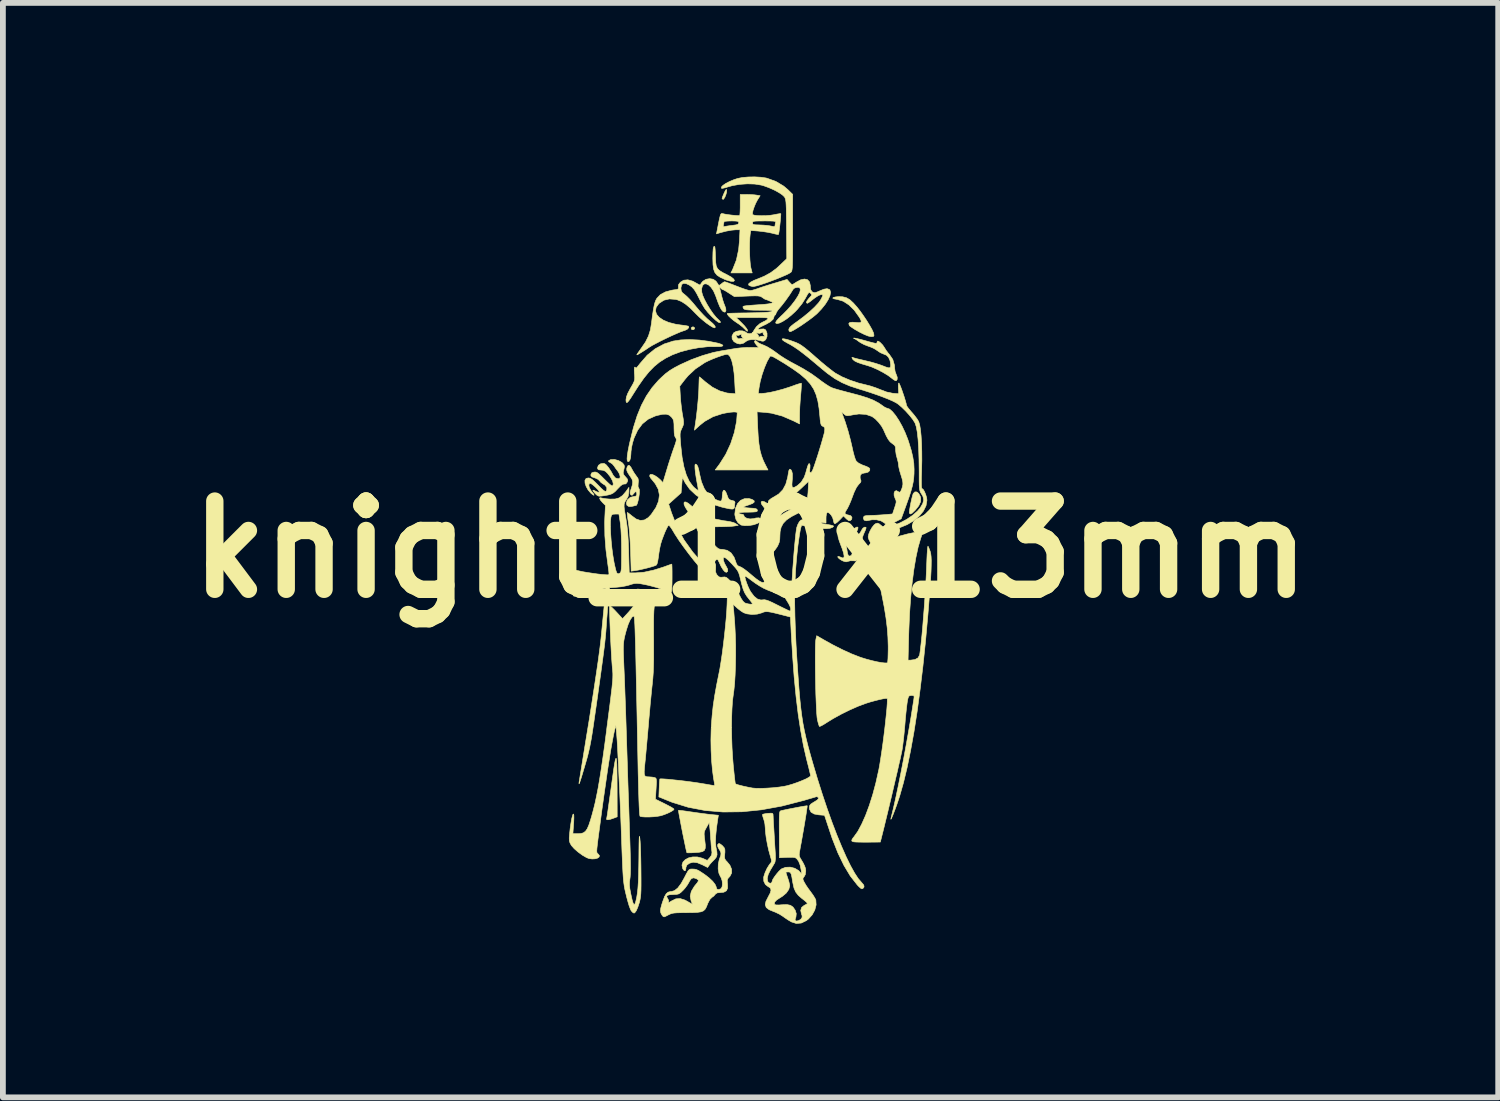
<source format=kicad_pcb>
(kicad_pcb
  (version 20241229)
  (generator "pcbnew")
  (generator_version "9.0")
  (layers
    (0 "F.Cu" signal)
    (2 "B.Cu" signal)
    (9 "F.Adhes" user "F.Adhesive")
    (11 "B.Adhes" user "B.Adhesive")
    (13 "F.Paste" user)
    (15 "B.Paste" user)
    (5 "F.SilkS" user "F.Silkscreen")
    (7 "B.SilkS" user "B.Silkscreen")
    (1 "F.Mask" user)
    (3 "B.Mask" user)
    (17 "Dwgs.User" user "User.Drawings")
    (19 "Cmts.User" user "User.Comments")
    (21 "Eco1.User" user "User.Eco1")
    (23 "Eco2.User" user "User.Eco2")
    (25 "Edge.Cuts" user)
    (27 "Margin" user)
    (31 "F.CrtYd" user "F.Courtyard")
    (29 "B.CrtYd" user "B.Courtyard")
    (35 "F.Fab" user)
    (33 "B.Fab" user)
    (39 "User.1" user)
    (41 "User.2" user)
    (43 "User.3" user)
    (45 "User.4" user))
  (footprint "knight_10x13mm"
    (layer "F.Cu")
    (at 9.913 6.439)
    (property "Reference" "knight_10x13mm" (at 0 0 0) (layer "F.SilkS") (effects (font (size 1.524 1.524) (thickness 0.3))))
    (attr through_hole)
    (fp_poly (pts (xy -0.968 -3.83) (xy -0.965 -3.818) (xy -0.978 -3.797) (xy -1.005 -3.794) (xy -1.021 -3.804) (xy -1.025 -3.825) (xy -1.006 -3.841) (xy -0.99 -3.844) (xy -0.968 -3.83)) (stroke (width 0.01) (type solid)) (fill yes) (layer "F.SilkS"))
    (fp_poly (pts (xy -0.411 -6.207) (xy -0.411 -6.206) (xy -0.413 -6.17) (xy -0.426 -6.125) (xy -0.444 -6.081) (xy -0.464 -6.051) (xy -0.474 -6.045) (xy -0.491 -6.057) (xy -0.491 -6.061) (xy -0.485 -6.084) (xy -0.468 -6.126) (xy -0.454 -6.158) (xy -0.432 -6.203) (xy -0.419 -6.218) (xy -0.411 -6.207)) (stroke (width 0.01) (type solid)) (fill yes) (layer "F.SilkS"))
    (fp_poly (pts (xy 2.872 -0.992) (xy 2.904 -0.966) (xy 2.93 -0.92) (xy 2.939 -0.886) (xy 2.937 -0.823) (xy 2.906 -0.754) (xy 2.844 -0.676) (xy 2.839 -0.671) (xy 2.792 -0.626) (xy 2.76 -0.611) (xy 2.745 -0.625) (xy 2.743 -0.639) (xy 2.747 -0.679) (xy 2.757 -0.738) (xy 2.77 -0.807) (xy 2.785 -0.875) (xy 2.799 -0.931) (xy 2.811 -0.965) (xy 2.811 -0.966) (xy 2.839 -0.993) (xy 2.872 -0.992)) (stroke (width 0.01) (type solid)) (fill yes) (layer "F.SilkS"))
    (fp_poly (pts (xy -2.318 3.612) (xy -2.313 3.647) (xy -2.309 3.715) (xy -2.307 3.816) (xy -2.305 3.951) (xy -2.304 4.119) (xy -2.304 4.151) (xy -2.303 4.619) (xy -2.349 4.637) (xy -2.418 4.661) (xy -2.464 4.67) (xy -2.486 4.665) (xy -2.486 4.655) (xy -2.482 4.633) (xy -2.473 4.582) (xy -2.462 4.505) (xy -2.448 4.407) (xy -2.432 4.292) (xy -2.414 4.165) (xy -2.403 4.082) (xy -2.381 3.924) (xy -2.363 3.797) (xy -2.348 3.702) (xy -2.336 3.64) (xy -2.326 3.61) (xy -2.318 3.612)) (stroke (width 0.01) (type solid)) (fill yes) (layer "F.SilkS"))
    (fp_poly (pts (xy -0.618 -5.23) (xy -0.614 -5.21) (xy -0.61 -5.164) (xy -0.607 -5.1) (xy -0.605 -5.049) (xy -0.602 -4.962) (xy -0.593 -4.899) (xy -0.573 -4.853) (xy -0.537 -4.817) (xy -0.481 -4.782) (xy -0.402 -4.742) (xy -0.329 -4.701) (xy -0.288 -4.666) (xy -0.278 -4.641) (xy -0.296 -4.628) (xy -0.342 -4.631) (xy -0.414 -4.651) (xy -0.445 -4.663) (xy -0.522 -4.699) (xy -0.578 -4.736) (xy -0.615 -4.781) (xy -0.637 -4.839) (xy -0.648 -4.918) (xy -0.651 -5.023) (xy -0.651 -5.033) (xy -0.649 -5.128) (xy -0.645 -5.192) (xy -0.636 -5.227) (xy -0.624 -5.234) (xy -0.618 -5.23)) (stroke (width 0.01) (type solid)) (fill yes) (layer "F.SilkS"))
    (fp_poly (pts (xy 1.591 -4.363) (xy 1.655 -4.347) (xy 1.714 -4.313) (xy 1.775 -4.257) (xy 1.834 -4.191) (xy 1.892 -4.118) (xy 1.951 -4.035) (xy 2.008 -3.95) (xy 2.058 -3.868) (xy 2.098 -3.797) (xy 2.123 -3.742) (xy 2.128 -3.725) (xy 2.132 -3.691) (xy 2.12 -3.677) (xy 2.083 -3.675) (xy 2.081 -3.675) (xy 2.033 -3.685) (xy 1.964 -3.713) (xy 1.879 -3.755) (xy 1.873 -3.759) (xy 1.807 -3.796) (xy 1.753 -3.831) (xy 1.717 -3.857) (xy 1.707 -3.868) (xy 1.697 -3.9) (xy 1.714 -3.919) (xy 1.759 -3.924) (xy 1.814 -3.92) (xy 1.876 -3.915) (xy 1.907 -3.922) (xy 1.912 -3.945) (xy 1.892 -3.989) (xy 1.877 -4.013) (xy 1.792 -4.132) (xy 1.699 -4.223) (xy 1.602 -4.286) (xy 1.501 -4.317) (xy 1.494 -4.318) (xy 1.441 -4.328) (xy 1.42 -4.34) (xy 1.431 -4.352) (xy 1.472 -4.361) (xy 1.516 -4.365) (xy 1.591 -4.363)) (stroke (width 0.01) (type solid)) (fill yes) (layer "F.SilkS"))
    (fp_poly (pts (xy -0.888 -3.616) (xy -0.72 -3.594) (xy -0.557 -3.56) (xy -0.543 -3.556) (xy -0.494 -3.539) (xy -0.476 -3.522) (xy -0.489 -3.51) (xy -0.53 -3.502) (xy -0.594 -3.502) (xy -0.738 -3.501) (xy -0.897 -3.483) (xy -1.06 -3.453) (xy -1.215 -3.411) (xy -1.348 -3.361) (xy -1.352 -3.359) (xy -1.467 -3.302) (xy -1.569 -3.237) (xy -1.662 -3.161) (xy -1.752 -3.069) (xy -1.842 -2.958) (xy -1.936 -2.824) (xy -2.022 -2.689) (xy -2.071 -2.611) (xy -2.107 -2.561) (xy -2.13 -2.537) (xy -2.144 -2.538) (xy -2.15 -2.561) (xy -2.151 -2.585) (xy -2.143 -2.634) (xy -2.12 -2.695) (xy -2.079 -2.773) (xy -2.072 -2.785) (xy -2.035 -2.849) (xy -2.013 -2.894) (xy -2.002 -2.931) (xy -2 -2.97) (xy -2.003 -3.022) (xy -2.005 -3.034) (xy -2.008 -3.101) (xy -2.005 -3.14) (xy -1.998 -3.15) (xy -1.982 -3.136) (xy -1.981 -3.131) (xy -1.972 -3.134) (xy -1.948 -3.16) (xy -1.915 -3.202) (xy -1.908 -3.211) (xy -1.785 -3.353) (xy -1.646 -3.465) (xy -1.491 -3.548) (xy -1.336 -3.598) (xy -1.205 -3.618) (xy -1.053 -3.624) (xy -0.888 -3.616)) (stroke (width 0.01) (type solid)) (fill yes) (layer "F.SilkS"))
    (fp_poly (pts (xy -2.066 -1.419) (xy -2.047 -1.384) (xy -2.015 -1.328) (xy -1.979 -1.276) (xy -1.97 -1.264) (xy -1.943 -1.225) (xy -1.936 -1.186) (xy -1.94 -1.143) (xy -1.943 -1.087) (xy -1.932 -1.059) (xy -1.931 -1.059) (xy -1.92 -1.034) (xy -1.92 -0.978) (xy -1.922 -0.951) (xy -1.93 -0.896) (xy -1.942 -0.84) (xy -1.955 -0.793) (xy -1.967 -0.766) (xy -1.971 -0.762) (xy -1.987 -0.758) (xy -2.022 -0.749) (xy -2.024 -0.748) (xy -2.069 -0.74) (xy -2.103 -0.741) (xy -2.135 -0.762) (xy -2.144 -0.8) (xy -2.131 -0.846) (xy -2.121 -0.861) (xy -2.076 -0.899) (xy -2.026 -0.911) (xy -1.985 -0.918) (xy -1.967 -0.934) (xy -1.964 -0.958) (xy -1.971 -0.992) (xy -1.989 -0.995) (xy -2.016 -0.966) (xy -2.02 -0.961) (xy -2.042 -0.936) (xy -2.061 -0.938) (xy -2.068 -0.944) (xy -2.08 -0.963) (xy -2.079 -0.992) (xy -2.064 -1.04) (xy -2.061 -1.048) (xy -2.04 -1.117) (xy -2.035 -1.167) (xy -2.046 -1.21) (xy -2.076 -1.259) (xy -2.08 -1.263) (xy -2.117 -1.319) (xy -2.136 -1.359) (xy -2.139 -1.391) (xy -2.132 -1.418) (xy -2.114 -1.45) (xy -2.093 -1.45) (xy -2.066 -1.419)) (stroke (width 0.01) (type solid)) (fill yes) (layer "F.SilkS"))
    (fp_poly (pts (xy 0.177 -6.428) (xy 0.267 -6.415) (xy 0.286 -6.41) (xy 0.438 -6.355) (xy 0.572 -6.275) (xy 0.644 -6.214) (xy 0.728 -6.132) (xy 0.728 -5.473) (xy 0.728 -5.306) (xy 0.728 -5.169) (xy 0.727 -5.06) (xy 0.726 -4.975) (xy 0.724 -4.91) (xy 0.721 -4.863) (xy 0.717 -4.831) (xy 0.712 -4.809) (xy 0.706 -4.796) (xy 0.698 -4.787) (xy 0.697 -4.786) (xy 0.665 -4.765) (xy 0.607 -4.737) (xy 0.532 -4.705) (xy 0.445 -4.669) (xy 0.352 -4.634) (xy 0.261 -4.601) (xy 0.177 -4.573) (xy 0.106 -4.552) (xy 0.056 -4.541) (xy 0.036 -4.54) (xy 0.012 -4.546) (xy -0.004 -4.55) (xy -0.033 -4.566) (xy -0.031 -4.588) (xy 0.000452 -4.615) (xy 0.059 -4.646) (xy 0.108 -4.665) (xy 0.239 -4.719) (xy 0.348 -4.779) (xy 0.447 -4.852) (xy 0.511 -4.911) (xy 0.626 -5.021) (xy 0.622 -5.532) (xy 0.621 -5.677) (xy 0.619 -5.793) (xy 0.618 -5.882) (xy 0.615 -5.95) (xy 0.612 -5.999) (xy 0.607 -6.034) (xy 0.601 -6.058) (xy 0.593 -6.076) (xy 0.584 -6.091) (xy 0.546 -6.126) (xy 0.483 -6.167) (xy 0.405 -6.209) (xy 0.317 -6.248) (xy 0.229 -6.28) (xy 0.186 -6.292) (xy 0.075 -6.31) (xy -0.053 -6.314) (xy -0.186 -6.305) (xy -0.312 -6.283) (xy -0.377 -6.265) (xy -0.435 -6.247) (xy -0.479 -6.237) (xy -0.502 -6.237) (xy -0.502 -6.237) (xy -0.503 -6.258) (xy -0.477 -6.286) (xy -0.429 -6.319) (xy -0.364 -6.353) (xy -0.288 -6.385) (xy -0.221 -6.407) (xy -0.141 -6.423) (xy -0.039 -6.432) (xy 0.071 -6.434) (xy 0.177 -6.428)) (stroke (width 0.01) (type solid)) (fill yes) (layer "F.SilkS"))
    (fp_poly (pts (xy 1.8 -3.649) (xy 1.845 -3.64) (xy 1.908 -3.625) (xy 1.973 -3.607) (xy 2.059 -3.583) (xy 2.117 -3.568) (xy 2.153 -3.56) (xy 2.173 -3.56) (xy 2.182 -3.566) (xy 2.186 -3.577) (xy 2.187 -3.583) (xy 2.195 -3.598) (xy 2.213 -3.593) (xy 2.24 -3.573) (xy 2.282 -3.53) (xy 2.314 -3.483) (xy 2.343 -3.436) (xy 2.382 -3.385) (xy 2.396 -3.37) (xy 2.457 -3.281) (xy 2.486 -3.181) (xy 2.489 -3.132) (xy 2.497 -3.074) (xy 2.516 -3.021) (xy 2.518 -3.018) (xy 2.534 -2.974) (xy 2.533 -2.936) (xy 2.517 -2.914) (xy 2.507 -2.913) (xy 2.485 -2.923) (xy 2.449 -2.948) (xy 2.435 -2.96) (xy 2.37 -3.008) (xy 2.283 -3.06) (xy 2.188 -3.109) (xy 2.095 -3.15) (xy 2.024 -3.174) (xy 1.922 -3.204) (xy 1.85 -3.229) (xy 1.801 -3.253) (xy 1.771 -3.277) (xy 1.764 -3.287) (xy 1.75 -3.313) (xy 1.757 -3.317) (xy 1.772 -3.312) (xy 1.801 -3.303) (xy 1.855 -3.289) (xy 1.925 -3.273) (xy 1.983 -3.259) (xy 2.071 -3.238) (xy 2.16 -3.213) (xy 2.237 -3.188) (xy 2.27 -3.176) (xy 2.339 -3.149) (xy 2.384 -3.136) (xy 2.409 -3.138) (xy 2.419 -3.155) (xy 2.421 -3.184) (xy 2.411 -3.256) (xy 2.385 -3.316) (xy 2.346 -3.355) (xy 2.325 -3.363) (xy 2.244 -3.397) (xy 2.159 -3.454) (xy 2.124 -3.474) (xy 2.07 -3.497) (xy 2.03 -3.511) (xy 1.963 -3.537) (xy 1.899 -3.571) (xy 1.871 -3.59) (xy 1.83 -3.62) (xy 1.799 -3.638) (xy 1.79 -3.641) (xy 1.779 -3.647) (xy 1.781 -3.65) (xy 1.8 -3.649)) (stroke (width 0.01) (type solid)) (fill yes) (layer "F.SilkS"))
    (fp_poly (pts (xy -1.227 4.508) (xy -1.182 4.512) (xy -1.116 4.521) (xy -1.036 4.533) (xy -1.013 4.536) (xy -0.917 4.55) (xy -0.82 4.563) (xy -0.735 4.574) (xy -0.672 4.581) (xy -0.671 4.581) (xy -0.555 4.592) (xy -0.565 4.654) (xy -0.588 4.813) (xy -0.601 4.948) (xy -0.605 5.057) (xy -0.598 5.137) (xy -0.596 5.149) (xy -0.581 5.223) (xy -0.578 5.275) (xy -0.59 5.314) (xy -0.617 5.35) (xy -0.631 5.363) (xy -0.672 5.405) (xy -0.707 5.445) (xy -0.713 5.454) (xy -0.741 5.494) (xy -0.832 5.448) (xy -0.919 5.412) (xy -0.991 5.403) (xy -1.052 5.42) (xy -1.055 5.421) (xy -1.099 5.453) (xy -1.116 5.494) (xy -1.117 5.516) (xy -1.125 5.548) (xy -1.143 5.55) (xy -1.165 5.524) (xy -1.172 5.511) (xy -1.184 5.453) (xy -1.167 5.401) (xy -1.127 5.359) (xy -1.069 5.328) (xy -0.999 5.312) (xy -0.92 5.312) (xy -0.839 5.332) (xy -0.818 5.34) (xy -0.747 5.372) (xy -0.703 5.323) (xy -0.673 5.281) (xy -0.666 5.238) (xy -0.668 5.215) (xy -0.674 5.17) (xy -0.68 5.104) (xy -0.685 5.029) (xy -0.687 5.012) (xy -0.692 4.934) (xy -0.698 4.859) (xy -0.704 4.801) (xy -0.705 4.793) (xy -0.714 4.718) (xy -0.761 4.802) (xy -0.785 4.846) (xy -0.798 4.88) (xy -0.801 4.917) (xy -0.797 4.969) (xy -0.791 5.016) (xy -0.781 5.103) (xy -0.782 5.162) (xy -0.798 5.2) (xy -0.833 5.221) (xy -0.891 5.232) (xy -0.951 5.236) (xy -1.016 5.24) (xy -1.068 5.241) (xy -1.096 5.24) (xy -1.099 5.239) (xy -1.104 5.221) (xy -1.115 5.176) (xy -1.129 5.11) (xy -1.146 5.028) (xy -1.165 4.936) (xy -1.184 4.841) (xy -1.202 4.747) (xy -1.218 4.661) (xy -1.232 4.589) (xy -1.241 4.537) (xy -1.244 4.51) (xy -1.244 4.507) (xy -1.227 4.508)) (stroke (width 0.01) (type solid)) (fill yes) (layer "F.SilkS"))
    (fp_poly (pts (xy -2.282 -1.535) (xy -2.223 -1.502) (xy -2.206 -1.486) (xy -2.184 -1.458) (xy -2.178 -1.43) (xy -2.186 -1.386) (xy -2.189 -1.376) (xy -2.199 -1.329) (xy -2.196 -1.299) (xy -2.174 -1.269) (xy -2.16 -1.254) (xy -2.129 -1.218) (xy -2.121 -1.191) (xy -2.13 -1.162) (xy -2.154 -1.131) (xy -2.181 -1.129) (xy -2.208 -1.124) (xy -2.245 -1.097) (xy -2.294 -1.047) (xy -2.334 -1.004) (xy -2.369 -0.975) (xy -2.407 -0.955) (xy -2.458 -0.94) (xy -2.53 -0.927) (xy -2.574 -0.921) (xy -2.619 -0.919) (xy -2.653 -0.936) (xy -2.68 -0.961) (xy -2.715 -1.001) (xy -2.724 -1.022) (xy -2.708 -1.022) (xy -2.676 -1.005) (xy -2.639 -0.989) (xy -2.614 -0.987) (xy -2.613 -0.989) (xy -2.617 -1.006) (xy -2.64 -1.036) (xy -2.675 -1.072) (xy -2.714 -1.107) (xy -2.75 -1.133) (xy -2.774 -1.144) (xy -2.777 -1.143) (xy -2.793 -1.115) (xy -2.786 -1.072) (xy -2.759 -1.021) (xy -2.743 -1) (xy -2.711 -0.958) (xy -2.702 -0.936) (xy -2.716 -0.938) (xy -2.75 -0.964) (xy -2.76 -0.973) (xy -2.806 -1.027) (xy -2.839 -1.087) (xy -2.858 -1.143) (xy -2.86 -1.191) (xy -2.843 -1.221) (xy -2.835 -1.226) (xy -2.802 -1.234) (xy -2.771 -1.229) (xy -2.735 -1.208) (xy -2.688 -1.166) (xy -2.64 -1.118) (xy -2.581 -1.057) (xy -2.54 -1.02) (xy -2.512 -1.003) (xy -2.495 -1.005) (xy -2.483 -1.023) (xy -2.483 -1.024) (xy -2.482 -1.069) (xy -2.513 -1.109) (xy -2.542 -1.127) (xy -2.582 -1.155) (xy -2.608 -1.185) (xy -2.634 -1.21) (xy -2.68 -1.232) (xy -2.694 -1.236) (xy -2.738 -1.252) (xy -2.756 -1.27) (xy -2.757 -1.292) (xy -2.741 -1.323) (xy -2.703 -1.335) (xy -2.683 -1.336) (xy -2.665 -1.333) (xy -2.644 -1.323) (xy -2.616 -1.301) (xy -2.576 -1.264) (xy -2.52 -1.208) (xy -2.471 -1.16) (xy -2.43 -1.122) (xy -2.398 -1.099) (xy -2.382 -1.095) (xy -2.37 -1.129) (xy -2.382 -1.181) (xy -2.416 -1.243) (xy -2.424 -1.255) (xy -2.47 -1.314) (xy -2.507 -1.349) (xy -2.543 -1.366) (xy -2.586 -1.371) (xy -2.587 -1.371) (xy -2.625 -1.375) (xy -2.64 -1.392) (xy -2.642 -1.414) (xy -2.627 -1.452) (xy -2.59 -1.478) (xy -2.542 -1.485) (xy -2.52 -1.481) (xy -2.49 -1.458) (xy -2.451 -1.411) (xy -2.407 -1.344) (xy -2.371 -1.278) (xy -2.335 -1.235) (xy -2.299 -1.222) (xy -2.265 -1.223) (xy -2.253 -1.242) (xy -2.252 -1.259) (xy -2.263 -1.301) (xy -2.288 -1.346) (xy -2.291 -1.349) (xy -2.327 -1.396) (xy -2.358 -1.442) (xy -2.389 -1.478) (xy -2.421 -1.498) (xy -2.451 -1.516) (xy -2.449 -1.534) (xy -2.414 -1.551) (xy -2.411 -1.551) (xy -2.35 -1.553) (xy -2.282 -1.535)) (stroke (width 0.01) (type solid)) (fill yes) (layer "F.SilkS"))
    (fp_poly (pts (xy -0.068 -6.13) (xy 0.001 -6.128) (xy 0.067 -6.124) (xy 0.104 -6.119) (xy 0.166 -6.109) (xy 0.117 -6.031) (xy 0.089 -5.977) (xy 0.064 -5.917) (xy 0.044 -5.858) (xy 0.034 -5.811) (xy 0.036 -5.784) (xy 0.037 -5.782) (xy 0.065 -5.772) (xy 0.117 -5.765) (xy 0.186 -5.763) (xy 0.262 -5.764) (xy 0.336 -5.77) (xy 0.398 -5.779) (xy 0.457 -5.791) (xy 0.501 -5.798) (xy 0.522 -5.799) (xy 0.523 -5.799) (xy 0.523 -5.781) (xy 0.52 -5.738) (xy 0.515 -5.679) (xy 0.508 -5.612) (xy 0.5 -5.546) (xy 0.493 -5.49) (xy 0.486 -5.451) (xy 0.483 -5.439) (xy 0.465 -5.44) (xy 0.424 -5.448) (xy 0.374 -5.461) (xy 0.302 -5.476) (xy 0.216 -5.489) (xy 0.138 -5.498) (xy 0.005 -5.508) (xy -0.006 -5.442) (xy -0.012 -5.378) (xy -0.016 -5.292) (xy -0.017 -5.194) (xy -0.015 -5.093) (xy -0.01 -4.998) (xy -0.003 -4.918) (xy 0.006 -4.864) (xy 0.006 -4.864) (xy 0.029 -4.775) (xy -0.339 -4.775) (xy -0.307 -4.839) (xy -0.244 -4.998) (xy -0.205 -5.181) (xy -0.191 -5.33) (xy -0.182 -5.52) (xy -0.256 -5.52) (xy -0.33 -5.513) (xy -0.424 -5.496) (xy -0.527 -5.469) (xy -0.552 -5.461) (xy -0.588 -5.45) (xy -0.563 -5.579) (xy -0.472 -5.579) (xy -0.457 -5.574) (xy -0.447 -5.576) (xy -0.413 -5.583) (xy -0.359 -5.591) (xy -0.309 -5.597) (xy -0.25 -5.605) (xy -0.218 -5.615) (xy -0.205 -5.629) (xy -0.203 -5.639) (xy 0.034 -5.639) (xy 0.037 -5.621) (xy 0.052 -5.61) (xy 0.086 -5.606) (xy 0.147 -5.604) (xy 0.148 -5.604) (xy 0.22 -5.601) (xy 0.288 -5.595) (xy 0.33 -5.589) (xy 0.376 -5.58) (xy 0.406 -5.574) (xy 0.411 -5.573) (xy 0.422 -5.585) (xy 0.423 -5.595) (xy 0.429 -5.632) (xy 0.434 -5.646) (xy 0.434 -5.657) (xy 0.423 -5.665) (xy 0.394 -5.67) (xy 0.343 -5.672) (xy 0.265 -5.673) (xy 0.239 -5.673) (xy 0.153 -5.672) (xy 0.095 -5.671) (xy 0.059 -5.667) (xy 0.041 -5.66) (xy 0.035 -5.649) (xy 0.034 -5.639) (xy -0.203 -5.639) (xy -0.203 -5.64) (xy -0.207 -5.657) (xy -0.222 -5.667) (xy -0.255 -5.671) (xy -0.314 -5.673) (xy -0.33 -5.673) (xy -0.391 -5.671) (xy -0.436 -5.667) (xy -0.457 -5.661) (xy -0.457 -5.66) (xy -0.462 -5.635) (xy -0.468 -5.607) (xy -0.472 -5.579) (xy -0.563 -5.579) (xy -0.553 -5.63) (xy -0.537 -5.709) (xy -0.524 -5.761) (xy -0.514 -5.789) (xy -0.502 -5.801) (xy -0.487 -5.801) (xy -0.483 -5.8) (xy -0.444 -5.791) (xy -0.389 -5.782) (xy -0.326 -5.774) (xy -0.265 -5.768) (xy -0.217 -5.765) (xy -0.19 -5.767) (xy -0.187 -5.768) (xy -0.183 -5.787) (xy -0.18 -5.834) (xy -0.178 -5.899) (xy -0.178 -5.953) (xy -0.178 -6.13) (xy -0.068 -6.13)) (stroke (width 0.01) (type solid)) (fill yes) (layer "F.SilkS"))
    (fp_poly (pts (xy -0.519 5.091) (xy -0.485 5.118) (xy -0.48 5.124) (xy -0.454 5.154) (xy -0.443 5.184) (xy -0.442 5.228) (xy -0.445 5.258) (xy -0.449 5.313) (xy -0.443 5.347) (xy -0.426 5.374) (xy -0.412 5.387) (xy -0.356 5.455) (xy -0.327 5.524) (xy -0.326 5.589) (xy -0.355 5.646) (xy -0.365 5.657) (xy -0.391 5.686) (xy -0.402 5.715) (xy -0.4 5.76) (xy -0.397 5.779) (xy -0.396 5.85) (xy -0.416 5.896) (xy -0.461 5.921) (xy -0.518 5.927) (xy -0.573 5.932) (xy -0.603 5.95) (xy -0.608 5.957) (xy -0.635 5.988) (xy -0.666 6.01) (xy -0.703 6.047) (xy -0.738 6.114) (xy -0.743 6.128) (xy -0.764 6.18) (xy -0.786 6.218) (xy -0.815 6.244) (xy -0.856 6.26) (xy -0.915 6.269) (xy -0.997 6.273) (xy -1.101 6.274) (xy -1.199 6.275) (xy -1.271 6.277) (xy -1.322 6.281) (xy -1.36 6.288) (xy -1.392 6.3) (xy -1.417 6.312) (xy -1.465 6.337) (xy -1.492 6.347) (xy -1.509 6.341) (xy -1.526 6.321) (xy -1.532 6.312) (xy -1.549 6.28) (xy -1.556 6.243) (xy -1.55 6.196) (xy -1.532 6.13) (xy -1.515 6.078) (xy -1.485 5.999) (xy -1.485 5.998) (xy -1.45 5.998) (xy -1.434 6.025) (xy -1.415 6.062) (xy -1.416 6.086) (xy -1.417 6.1) (xy -1.399 6.094) (xy -1.363 6.072) (xy -1.29 6.036) (xy -1.215 6.031) (xy -1.133 6.057) (xy -1.092 6.079) (xy -1.046 6.106) (xy -1.014 6.124) (xy -1.004 6.13) (xy -1.008 6.116) (xy -1.021 6.082) (xy -1.027 6.067) (xy -1.042 5.99) (xy -1.023 5.907) (xy -0.971 5.821) (xy -0.955 5.801) (xy -0.917 5.755) (xy -0.901 5.726) (xy -0.905 5.708) (xy -0.928 5.692) (xy -0.93 5.69) (xy -0.981 5.673) (xy -1.02 5.684) (xy -1.052 5.727) (xy -1.059 5.742) (xy -1.09 5.795) (xy -1.133 5.853) (xy -1.163 5.886) (xy -1.206 5.928) (xy -1.24 5.95) (xy -1.277 5.959) (xy -1.324 5.961) (xy -1.398 5.965) (xy -1.439 5.977) (xy -1.45 5.998) (xy -1.485 5.998) (xy -1.457 5.949) (xy -1.425 5.921) (xy -1.385 5.91) (xy -1.37 5.91) (xy -1.313 5.894) (xy -1.256 5.848) (xy -1.197 5.769) (xy -1.142 5.67) (xy -1.107 5.602) (xy -1.082 5.558) (xy -1.062 5.534) (xy -1.042 5.523) (xy -1.016 5.521) (xy -1.003 5.521) (xy -0.965 5.523) (xy -0.932 5.531) (xy -0.893 5.549) (xy -0.842 5.582) (xy -0.795 5.613) (xy -0.717 5.673) (xy -0.654 5.732) (xy -0.612 5.786) (xy -0.593 5.829) (xy -0.593 5.834) (xy -0.581 5.867) (xy -0.55 5.876) (xy -0.511 5.861) (xy -0.492 5.831) (xy -0.485 5.782) (xy -0.49 5.725) (xy -0.507 5.672) (xy -0.521 5.649) (xy -0.546 5.594) (xy -0.559 5.52) (xy -0.557 5.438) (xy -0.541 5.361) (xy -0.533 5.34) (xy -0.513 5.283) (xy -0.511 5.242) (xy -0.528 5.202) (xy -0.543 5.179) (xy -0.565 5.136) (xy -0.568 5.1) (xy -0.55 5.081) (xy -0.542 5.08) (xy -0.519 5.091)) (stroke (width 0.01) (type solid)) (fill yes) (layer "F.SilkS"))
    (fp_poly (pts (xy -2.1 -0.998) (xy -2.113 -0.918) (xy -2.143 -0.862) (xy -2.163 -0.832) (xy -2.177 -0.805) (xy -2.183 -0.776) (xy -2.184 -0.737) (xy -2.178 -0.682) (xy -2.165 -0.606) (xy -2.151 -0.525) (xy -2.134 -0.412) (xy -2.121 -0.289) (xy -2.112 -0.148) (xy -2.105 0.018) (xy -2.105 0.047) (xy -2.095 0.406) (xy -1.988 0.406) (xy -1.838 0.394) (xy -1.669 0.357) (xy -1.506 0.306) (xy -1.443 0.283) (xy -1.393 0.265) (xy -1.364 0.255) (xy -1.36 0.254) (xy -1.358 0.27) (xy -1.356 0.314) (xy -1.355 0.38) (xy -1.355 0.461) (xy -1.355 0.5) (xy -1.356 0.595) (xy -1.359 0.671) (xy -1.364 0.722) (xy -1.37 0.744) (xy -1.371 0.745) (xy -1.395 0.739) (xy -1.439 0.724) (xy -1.477 0.709) (xy -1.615 0.66) (xy -1.752 0.623) (xy -1.841 0.604) (xy -1.915 0.591) (xy -1.967 0.587) (xy -2.012 0.591) (xy -2.062 0.604) (xy -2.1 0.617) (xy -2.156 0.631) (xy -2.23 0.645) (xy -2.305 0.653) (xy -2.434 0.663) (xy -2.445 0.742) (xy -2.45 0.783) (xy -2.456 0.851) (xy -2.463 0.94) (xy -2.471 1.044) (xy -2.479 1.156) (xy -2.482 1.185) (xy -2.488 1.273) (xy -2.493 1.349) (xy -2.498 1.418) (xy -2.504 1.482) (xy -2.51 1.547) (xy -2.517 1.614) (xy -2.526 1.689) (xy -2.537 1.774) (xy -2.55 1.874) (xy -2.566 1.991) (xy -2.585 2.131) (xy -2.608 2.295) (xy -2.635 2.489) (xy -2.642 2.54) (xy -2.67 2.735) (xy -2.694 2.901) (xy -2.714 3.041) (xy -2.732 3.159) (xy -2.748 3.26) (xy -2.764 3.346) (xy -2.779 3.422) (xy -2.795 3.492) (xy -2.811 3.56) (xy -2.83 3.629) (xy -2.852 3.704) (xy -2.873 3.775) (xy -2.905 3.883) (xy -2.929 3.961) (xy -2.946 4.013) (xy -2.956 4.041) (xy -2.962 4.049) (xy -2.963 4.04) (xy -2.961 4.022) (xy -2.953 3.973) (xy -2.941 3.897) (xy -2.925 3.799) (xy -2.906 3.68) (xy -2.884 3.544) (xy -2.86 3.396) (xy -2.837 3.254) (xy -2.786 2.943) (xy -2.741 2.654) (xy -2.7 2.389) (xy -2.664 2.149) (xy -2.633 1.937) (xy -2.608 1.753) (xy -2.589 1.6) (xy -2.576 1.478) (xy -2.575 1.465) (xy -2.555 1.256) (xy -2.538 1.082) (xy -2.524 0.941) (xy -2.512 0.833) (xy -2.503 0.759) (xy -2.496 0.719) (xy -2.496 0.715) (xy -2.494 0.686) (xy -2.514 0.677) (xy -2.517 0.677) (xy -2.543 0.681) (xy -2.594 0.693) (xy -2.663 0.709) (xy -2.743 0.728) (xy -2.826 0.749) (xy -2.906 0.77) (xy -2.974 0.789) (xy -3.024 0.804) (xy -3.027 0.805) (xy -3.046 0.809) (xy -3.057 0.803) (xy -3.063 0.781) (xy -3.066 0.736) (xy -3.066 0.684) (xy -3.069 0.602) (xy -3.074 0.517) (xy -3.081 0.449) (xy -3.088 0.395) (xy -3.092 0.357) (xy -3.092 0.344) (xy -3.076 0.347) (xy -3.035 0.355) (xy -2.977 0.368) (xy -2.96 0.372) (xy -2.896 0.386) (xy -2.818 0.399) (xy -2.733 0.412) (xy -2.648 0.424) (xy -2.57 0.433) (xy -2.506 0.438) (xy -2.462 0.44) (xy -2.447 0.437) (xy -2.445 0.418) (xy -2.449 0.372) (xy -2.457 0.31) (xy -2.463 0.269) (xy -2.497 0.009) (xy -2.516 -0.238) (xy -2.518 -0.391) (xy -2.42 -0.391) (xy -2.416 -0.276) (xy -2.407 -0.15) (xy -2.394 -0.02) (xy -2.377 0.108) (xy -2.357 0.226) (xy -2.344 0.286) (xy -2.327 0.358) (xy -2.312 0.401) (xy -2.297 0.42) (xy -2.278 0.421) (xy -2.252 0.407) (xy -2.243 0.396) (xy -2.237 0.375) (xy -2.232 0.339) (xy -2.229 0.283) (xy -2.228 0.203) (xy -2.227 0.096) (xy -2.227 0.039) (xy -2.228 -0.102) (xy -2.232 -0.232) (xy -2.238 -0.344) (xy -2.246 -0.433) (xy -2.25 -0.461) (xy -2.273 -0.61) (xy -2.336 -0.61) (xy -2.379 -0.607) (xy -2.4 -0.592) (xy -2.411 -0.557) (xy -2.411 -0.557) (xy -2.419 -0.487) (xy -2.42 -0.391) (xy -2.518 -0.391) (xy -2.519 -0.466) (xy -2.517 -0.537) (xy -2.506 -0.76) (xy -2.557 -0.81) (xy -2.592 -0.851) (xy -2.607 -0.88) (xy -2.601 -0.893) (xy -2.578 -0.889) (xy -2.547 -0.882) (xy -2.493 -0.874) (xy -2.43 -0.869) (xy -2.339 -0.87) (xy -2.27 -0.889) (xy -2.211 -0.93) (xy -2.152 -0.999) (xy -2.151 -1.001) (xy -2.1 -1.072) (xy -2.1 -0.998)) (stroke (width 0.01) (type solid)) (fill yes) (layer "F.SilkS"))
    (fp_poly (pts (xy 0.978 4.446) (xy 0.972 4.491) (xy 0.962 4.56) (xy 0.948 4.646) (xy 0.932 4.744) (xy 0.914 4.849) (xy 0.895 4.956) (xy 0.877 5.059) (xy 0.859 5.154) (xy 0.856 5.173) (xy 0.844 5.237) (xy 0.841 5.278) (xy 0.847 5.308) (xy 0.861 5.337) (xy 0.865 5.342) (xy 0.908 5.414) (xy 0.934 5.467) (xy 0.949 5.509) (xy 0.954 5.549) (xy 0.954 5.556) (xy 0.946 5.617) (xy 0.926 5.653) (xy 0.908 5.676) (xy 0.905 5.697) (xy 0.918 5.73) (xy 0.929 5.751) (xy 0.957 5.799) (xy 0.997 5.858) (xy 1.04 5.916) (xy 1.08 5.971) (xy 1.111 6.021) (xy 1.128 6.056) (xy 1.128 6.057) (xy 1.133 6.14) (xy 1.11 6.229) (xy 1.064 6.313) (xy 0.998 6.386) (xy 0.962 6.413) (xy 0.876 6.454) (xy 0.79 6.461) (xy 0.706 6.434) (xy 0.703 6.432) (xy 0.647 6.399) (xy 0.586 6.358) (xy 0.562 6.34) (xy 0.499 6.3) (xy 0.428 6.266) (xy 0.401 6.256) (xy 0.321 6.223) (xy 0.272 6.186) (xy 0.255 6.139) (xy 0.258 6.124) (xy 0.412 6.124) (xy 0.417 6.133) (xy 0.44 6.141) (xy 0.491 6.142) (xy 0.544 6.138) (xy 0.629 6.135) (xy 0.689 6.147) (xy 0.734 6.178) (xy 0.77 6.23) (xy 0.772 6.234) (xy 0.79 6.291) (xy 0.784 6.351) (xy 0.771 6.388) (xy 0.772 6.41) (xy 0.794 6.419) (xy 0.827 6.413) (xy 0.861 6.394) (xy 0.872 6.384) (xy 0.891 6.356) (xy 0.89 6.325) (xy 0.881 6.3) (xy 0.867 6.236) (xy 0.883 6.184) (xy 0.928 6.148) (xy 0.931 6.147) (xy 0.966 6.129) (xy 0.982 6.114) (xy 0.982 6.113) (xy 0.97 6.097) (xy 0.937 6.068) (xy 0.89 6.031) (xy 0.887 6.029) (xy 0.825 5.975) (xy 0.781 5.918) (xy 0.751 5.85) (xy 0.731 5.76) (xy 0.726 5.733) (xy 0.714 5.658) (xy 0.703 5.611) (xy 0.69 5.585) (xy 0.674 5.573) (xy 0.651 5.571) (xy 0.619 5.573) (xy 0.61 5.576) (xy 0.615 5.593) (xy 0.628 5.633) (xy 0.643 5.677) (xy 0.662 5.736) (xy 0.674 5.787) (xy 0.677 5.812) (xy 0.661 5.873) (xy 0.617 5.936) (xy 0.549 5.993) (xy 0.518 6.012) (xy 0.452 6.055) (xy 0.417 6.091) (xy 0.412 6.124) (xy 0.258 6.124) (xy 0.266 6.08) (xy 0.305 6.003) (xy 0.341 5.934) (xy 0.354 5.885) (xy 0.343 5.85) (xy 0.309 5.827) (xy 0.306 5.826) (xy 0.257 5.788) (xy 0.229 5.731) (xy 0.227 5.662) (xy 0.229 5.653) (xy 0.251 5.584) (xy 0.285 5.51) (xy 0.324 5.447) (xy 0.34 5.427) (xy 0.356 5.407) (xy 0.362 5.387) (xy 0.359 5.357) (xy 0.345 5.308) (xy 0.338 5.284) (xy 0.312 5.189) (xy 0.289 5.081) (xy 0.27 4.973) (xy 0.258 4.874) (xy 0.254 4.807) (xy 0.248 4.74) (xy 0.232 4.673) (xy 0.226 4.656) (xy 0.212 4.612) (xy 0.207 4.583) (xy 0.209 4.577) (xy 0.231 4.57) (xy 0.274 4.562) (xy 0.304 4.559) (xy 0.355 4.556) (xy 0.38 4.56) (xy 0.389 4.574) (xy 0.389 4.583) (xy 0.391 4.609) (xy 0.393 4.663) (xy 0.397 4.739) (xy 0.403 4.831) (xy 0.409 4.932) (xy 0.415 5.036) (xy 0.421 5.138) (xy 0.427 5.231) (xy 0.43 5.277) (xy 0.431 5.343) (xy 0.424 5.395) (xy 0.418 5.414) (xy 0.398 5.447) (xy 0.369 5.496) (xy 0.343 5.539) (xy 0.305 5.616) (xy 0.289 5.683) (xy 0.296 5.734) (xy 0.313 5.757) (xy 0.344 5.768) (xy 0.368 5.754) (xy 0.373 5.734) (xy 0.383 5.704) (xy 0.411 5.659) (xy 0.449 5.608) (xy 0.49 5.56) (xy 0.527 5.525) (xy 0.536 5.518) (xy 0.606 5.491) (xy 0.686 5.488) (xy 0.765 5.508) (xy 0.831 5.548) (xy 0.856 5.575) (xy 0.873 5.596) (xy 0.88 5.596) (xy 0.879 5.569) (xy 0.874 5.535) (xy 0.857 5.453) (xy 0.83 5.385) (xy 0.795 5.339) (xy 0.767 5.323) (xy 0.73 5.319) (xy 0.672 5.318) (xy 0.614 5.32) (xy 0.5 5.326) (xy 0.497 4.924) (xy 0.496 4.797) (xy 0.496 4.7) (xy 0.497 4.628) (xy 0.499 4.579) (xy 0.503 4.546) (xy 0.508 4.528) (xy 0.516 4.518) (xy 0.526 4.514) (xy 0.531 4.512) (xy 0.588 4.5) (xy 0.659 4.485) (xy 0.737 4.47) (xy 0.814 4.455) (xy 0.884 4.442) (xy 0.939 4.433) (xy 0.973 4.428) (xy 0.979 4.428) (xy 0.978 4.446)) (stroke (width 0.01) (type solid)) (fill yes) (layer "F.SilkS"))
    (fp_poly (pts (xy -1.908 0.689) (xy -1.843 0.7) (xy -1.777 0.712) (xy -1.704 0.725) (xy -1.658 0.739) (xy -1.635 0.76) (xy -1.631 0.797) (xy -1.64 0.856) (xy -1.649 0.902) (xy -1.657 0.95) (xy -1.664 1.002) (xy -1.669 1.063) (xy -1.672 1.137) (xy -1.674 1.228) (xy -1.674 1.342) (xy -1.674 1.483) (xy -1.673 1.568) (xy -1.673 1.745) (xy -1.673 1.894) (xy -1.676 2.02) (xy -1.68 2.128) (xy -1.687 2.226) (xy -1.696 2.317) (xy -1.698 2.337) (xy -1.708 2.427) (xy -1.719 2.542) (xy -1.732 2.673) (xy -1.744 2.812) (xy -1.757 2.949) (xy -1.761 3.006) (xy -1.773 3.139) (xy -1.785 3.277) (xy -1.797 3.41) (xy -1.808 3.531) (xy -1.817 3.63) (xy -1.821 3.665) (xy -1.831 3.764) (xy -1.836 3.835) (xy -1.835 3.881) (xy -1.826 3.909) (xy -1.808 3.923) (xy -1.78 3.928) (xy -1.753 3.929) (xy -1.7 3.933) (xy -1.661 3.94) (xy -1.643 3.946) (xy -1.632 3.956) (xy -1.627 3.977) (xy -1.625 4.015) (xy -1.628 4.076) (xy -1.631 4.133) (xy -1.642 4.315) (xy -1.481 4.394) (xy -1.415 4.428) (xy -1.362 4.457) (xy -1.329 4.479) (xy -1.321 4.488) (xy -1.336 4.506) (xy -1.375 4.53) (xy -1.43 4.557) (xy -1.493 4.582) (xy -1.549 4.6) (xy -1.605 4.61) (xy -1.675 4.618) (xy -1.75 4.622) (xy -1.82 4.622) (xy -1.876 4.618) (xy -1.908 4.61) (xy -1.908 4.61) (xy -1.912 4.597) (xy -1.916 4.564) (xy -1.92 4.508) (xy -1.924 4.429) (xy -1.928 4.325) (xy -1.932 4.195) (xy -1.936 4.038) (xy -1.941 3.852) (xy -1.945 3.635) (xy -1.95 3.387) (xy -1.954 3.183) (xy -1.96 2.869) (xy -1.966 2.587) (xy -1.971 2.335) (xy -1.976 2.113) (xy -1.98 1.919) (xy -1.984 1.75) (xy -1.988 1.606) (xy -1.992 1.485) (xy -1.995 1.386) (xy -1.998 1.306) (xy -2.002 1.245) (xy -2.005 1.2) (xy -2.008 1.171) (xy -2.011 1.155) (xy -2.014 1.151) (xy -2.045 1.168) (xy -2.078 1.216) (xy -2.112 1.292) (xy -2.145 1.395) (xy -2.169 1.485) (xy -2.18 1.534) (xy -2.188 1.578) (xy -2.193 1.622) (xy -2.196 1.672) (xy -2.197 1.734) (xy -2.195 1.813) (xy -2.191 1.915) (xy -2.186 2.04) (xy -2.18 2.177) (xy -2.174 2.322) (xy -2.169 2.467) (xy -2.164 2.601) (xy -2.16 2.713) (xy -2.159 2.735) (xy -2.148 3.069) (xy -2.138 3.391) (xy -2.128 3.698) (xy -2.119 3.988) (xy -2.11 4.258) (xy -2.101 4.505) (xy -2.094 4.726) (xy -2.088 4.92) (xy -2.082 5.082) (xy -2.082 5.084) (xy -2.077 5.257) (xy -2.074 5.399) (xy -2.073 5.511) (xy -2.075 5.597) (xy -2.079 5.66) (xy -2.083 5.689) (xy -2.09 5.744) (xy -2.091 5.797) (xy -2.085 5.858) (xy -2.07 5.938) (xy -2.067 5.954) (xy -2.047 6.045) (xy -2.03 6.104) (xy -2.015 6.132) (xy -2.002 6.132) (xy -1.988 6.104) (xy -1.983 6.085) (xy -1.967 6.018) (xy -1.955 5.942) (xy -1.945 5.853) (xy -1.938 5.746) (xy -1.933 5.618) (xy -1.93 5.463) (xy -1.928 5.326) (xy -1.927 5.191) (xy -1.926 5.089) (xy -1.924 5.017) (xy -1.922 4.973) (xy -1.919 4.955) (xy -1.916 4.961) (xy -1.912 4.989) (xy -1.911 4.995) (xy -1.906 5.048) (xy -1.902 5.128) (xy -1.898 5.23) (xy -1.895 5.345) (xy -1.893 5.469) (xy -1.892 5.554) (xy -1.891 5.692) (xy -1.891 5.8) (xy -1.892 5.885) (xy -1.895 5.95) (xy -1.9 6.002) (xy -1.907 6.045) (xy -1.916 6.084) (xy -1.919 6.096) (xy -1.947 6.181) (xy -1.974 6.242) (xy -2 6.277) (xy -2.014 6.282) (xy -2.035 6.27) (xy -2.061 6.242) (xy -2.076 6.211) (xy -2.097 6.155) (xy -2.119 6.08) (xy -2.142 5.995) (xy -2.146 5.976) (xy -2.16 5.92) (xy -2.171 5.87) (xy -2.18 5.823) (xy -2.187 5.773) (xy -2.194 5.718) (xy -2.199 5.654) (xy -2.204 5.575) (xy -2.209 5.479) (xy -2.214 5.362) (xy -2.22 5.219) (xy -2.226 5.047) (xy -2.227 5.021) (xy -2.235 4.794) (xy -2.244 4.568) (xy -2.253 4.347) (xy -2.262 4.135) (xy -2.272 3.934) (xy -2.28 3.748) (xy -2.289 3.58) (xy -2.296 3.434) (xy -2.303 3.312) (xy -2.31 3.218) (xy -2.314 3.167) (xy -2.325 3.04) (xy -2.348 3.124) (xy -2.365 3.201) (xy -2.386 3.31) (xy -2.411 3.448) (xy -2.438 3.614) (xy -2.468 3.806) (xy -2.499 4.021) (xy -2.533 4.257) (xy -2.569 4.513) (xy -2.605 4.787) (xy -2.635 5.01) (xy -2.646 5.102) (xy -2.653 5.165) (xy -2.656 5.207) (xy -2.654 5.232) (xy -2.647 5.248) (xy -2.635 5.259) (xy -2.632 5.261) (xy -2.61 5.288) (xy -2.615 5.312) (xy -2.641 5.332) (xy -2.683 5.344) (xy -2.735 5.347) (xy -2.789 5.34) (xy -2.831 5.324) (xy -2.905 5.281) (xy -2.98 5.226) (xy -3.046 5.168) (xy -3.093 5.115) (xy -3.099 5.105) (xy -3.119 5.068) (xy -3.129 5.032) (xy -3.131 4.986) (xy -3.126 4.922) (xy -3.115 4.819) (xy -3.102 4.73) (xy -3.09 4.659) (xy -3.077 4.607) (xy -3.067 4.577) (xy -3.058 4.571) (xy -3.052 4.591) (xy -3.051 4.639) (xy -3.054 4.718) (xy -3.056 4.741) (xy -3.068 4.911) (xy -2.989 4.911) (xy -2.932 4.908) (xy -2.888 4.896) (xy -2.852 4.87) (xy -2.821 4.827) (xy -2.793 4.763) (xy -2.763 4.672) (xy -2.742 4.601) (xy -2.713 4.494) (xy -2.685 4.381) (xy -2.659 4.258) (xy -2.632 4.121) (xy -2.606 3.969) (xy -2.579 3.796) (xy -2.55 3.6) (xy -2.519 3.378) (xy -2.486 3.126) (xy -2.481 3.082) (xy -2.456 2.89) (xy -2.435 2.729) (xy -2.418 2.595) (xy -2.405 2.485) (xy -2.394 2.396) (xy -2.387 2.324) (xy -2.381 2.266) (xy -2.379 2.219) (xy -2.378 2.18) (xy -2.378 2.146) (xy -2.38 2.113) (xy -2.383 2.078) (xy -2.387 2.04) (xy -2.392 1.976) (xy -2.398 1.891) (xy -2.404 1.79) (xy -2.41 1.678) (xy -2.416 1.56) (xy -2.421 1.441) (xy -2.426 1.325) (xy -2.43 1.218) (xy -2.433 1.125) (xy -2.435 1.049) (xy -2.435 0.997) (xy -2.434 0.973) (xy -2.434 0.972) (xy -2.42 0.98) (xy -2.388 1.008) (xy -2.345 1.051) (xy -2.318 1.08) (xy -2.21 1.197) (xy -2.104 1.081) (xy -2.057 1.026) (xy -2.02 0.977) (xy -1.999 0.941) (xy -1.996 0.931) (xy -1.992 0.895) (xy -1.99 0.881) (xy -1.987 0.855) (xy -1.984 0.808) (xy -1.983 0.771) (xy -1.983 0.731) (xy -1.981 0.705) (xy -1.971 0.69) (xy -1.949 0.685) (xy -1.908 0.689)) (stroke (width 0.01) (type solid)) (fill yes) (layer "F.SilkS"))
    (fp_poly (pts (xy -0.645 -4.666) (xy -0.597 -4.633) (xy -0.595 -4.63) (xy -0.569 -4.594) (xy -0.554 -4.567) (xy -0.554 -4.567) (xy -0.538 -4.561) (xy -0.505 -4.585) (xy -0.505 -4.585) (xy -0.472 -4.611) (xy -0.448 -4.623) (xy -0.447 -4.623) (xy -0.426 -4.617) (xy -0.38 -4.6) (xy -0.316 -4.576) (xy -0.241 -4.547) (xy -0.241 -4.547) (xy -0.163 -4.517) (xy -0.093 -4.492) (xy -0.039 -4.476) (xy -0.009 -4.47) (xy 0.031 -4.476) (xy 0.087 -4.492) (xy 0.12 -4.503) (xy 0.17 -4.521) (xy 0.243 -4.545) (xy 0.329 -4.572) (xy 0.418 -4.599) (xy 0.419 -4.599) (xy 0.631 -4.663) (xy 0.67 -4.618) (xy 0.699 -4.587) (xy 0.717 -4.572) (xy 0.718 -4.572) (xy 0.736 -4.581) (xy 0.771 -4.602) (xy 0.788 -4.614) (xy 0.866 -4.656) (xy 0.933 -4.67) (xy 0.984 -4.658) (xy 1.019 -4.619) (xy 1.033 -4.555) (xy 1.033 -4.545) (xy 1.038 -4.49) (xy 1.057 -4.457) (xy 1.068 -4.447) (xy 1.092 -4.435) (xy 1.117 -4.434) (xy 1.155 -4.447) (xy 1.191 -4.463) (xy 1.267 -4.494) (xy 1.322 -4.503) (xy 1.36 -4.49) (xy 1.371 -4.48) (xy 1.383 -4.44) (xy 1.372 -4.383) (xy 1.341 -4.313) (xy 1.292 -4.235) (xy 1.227 -4.154) (xy 1.151 -4.074) (xy 1.133 -4.058) (xy 1.081 -4.015) (xy 1.015 -3.965) (xy 0.942 -3.913) (xy 0.868 -3.862) (xy 0.798 -3.818) (xy 0.739 -3.783) (xy 0.697 -3.763) (xy 0.682 -3.759) (xy 0.665 -3.773) (xy 0.661 -3.797) (xy 0.67 -3.822) (xy 0.698 -3.854) (xy 0.75 -3.896) (xy 0.801 -3.932) (xy 0.914 -4.016) (xy 1.017 -4.101) (xy 1.105 -4.183) (xy 1.174 -4.257) (xy 1.213 -4.312) (xy 1.236 -4.356) (xy 1.248 -4.388) (xy 1.247 -4.397) (xy 1.22 -4.402) (xy 1.174 -4.385) (xy 1.116 -4.348) (xy 1.078 -4.319) (xy 1.033 -4.283) (xy 0.997 -4.258) (xy 0.98 -4.25) (xy 0.965 -4.261) (xy 0.973 -4.289) (xy 1.003 -4.329) (xy 1.016 -4.344) (xy 1.047 -4.378) (xy 1.057 -4.398) (xy 1.047 -4.415) (xy 1.037 -4.424) (xy 1.021 -4.436) (xy 1.007 -4.434) (xy 0.989 -4.413) (xy 0.965 -4.369) (xy 0.948 -4.338) (xy 0.89 -4.245) (xy 0.811 -4.148) (xy 0.771 -4.106) (xy 0.699 -4.04) (xy 0.627 -3.983) (xy 0.559 -3.939) (xy 0.501 -3.91) (xy 0.458 -3.9) (xy 0.438 -3.907) (xy 0.435 -3.921) (xy 0.447 -3.945) (xy 0.479 -3.982) (xy 0.533 -4.035) (xy 0.559 -4.059) (xy 0.636 -4.137) (xy 0.708 -4.219) (xy 0.77 -4.3) (xy 0.818 -4.374) (xy 0.85 -4.437) (xy 0.86 -4.482) (xy 0.86 -4.486) (xy 0.851 -4.517) (xy 0.827 -4.527) (xy 0.804 -4.526) (xy 0.762 -4.515) (xy 0.737 -4.494) (xy 0.672 -4.392) (xy 0.601 -4.292) (xy 0.535 -4.207) (xy 0.516 -4.185) (xy 0.477 -4.138) (xy 0.45 -4.098) (xy 0.44 -4.074) (xy 0.432 -4.051) (xy 0.423 -4.047) (xy 0.409 -4.033) (xy 0.406 -4.016) (xy 0.39 -3.975) (xy 0.342 -3.931) (xy 0.264 -3.886) (xy 0.235 -3.873) (xy 0.172 -3.842) (xy 0.136 -3.819) (xy 0.129 -3.805) (xy 0.152 -3.802) (xy 0.18 -3.805) (xy 0.227 -3.808) (xy 0.256 -3.795) (xy 0.265 -3.784) (xy 0.285 -3.734) (xy 0.285 -3.677) (xy 0.265 -3.628) (xy 0.255 -3.616) (xy 0.229 -3.598) (xy 0.201 -3.596) (xy 0.158 -3.608) (xy 0.092 -3.622) (xy 0.023 -3.624) (xy -0.036 -3.615) (xy -0.068 -3.599) (xy -0.126 -3.559) (xy -0.181 -3.547) (xy -0.23 -3.556) (xy -0.286 -3.588) (xy -0.317 -3.634) (xy -0.32 -3.685) (xy -0.311 -3.702) (xy -0.25 -3.702) (xy -0.25 -3.687) (xy -0.234 -3.658) (xy -0.211 -3.637) (xy -0.196 -3.637) (xy -0.165 -3.645) (xy -0.144 -3.644) (xy -0.121 -3.643) (xy -0.13 -3.652) (xy -0.139 -3.658) (xy -0.159 -3.686) (xy -0.157 -3.705) (xy -0.152 -3.724) (xy -0.165 -3.718) (xy -0.174 -3.711) (xy -0.208 -3.696) (xy -0.228 -3.698) (xy -0.25 -3.702) (xy -0.311 -3.702) (xy -0.294 -3.736) (xy -0.288 -3.742) (xy -0.247 -3.765) (xy -0.193 -3.776) (xy -0.137 -3.774) (xy -0.094 -3.759) (xy -0.085 -3.751) (xy -0.053 -3.732) (xy -0.016 -3.725) (xy 0.021 -3.732) (xy 0.03 -3.742) (xy 0.105 -3.742) (xy 0.106 -3.733) (xy 0.123 -3.714) (xy 0.141 -3.684) (xy 0.14 -3.665) (xy 0.14 -3.661) (xy 0.153 -3.67) (xy 0.19 -3.682) (xy 0.221 -3.681) (xy 0.248 -3.677) (xy 0.247 -3.685) (xy 0.236 -3.694) (xy 0.217 -3.724) (xy 0.217 -3.742) (xy 0.22 -3.759) (xy 0.205 -3.75) (xy 0.198 -3.745) (xy 0.157 -3.731) (xy 0.132 -3.735) (xy 0.105 -3.742) (xy 0.03 -3.742) (xy 0.047 -3.759) (xy 0.061 -3.786) (xy 0.103 -3.847) (xy 0.164 -3.901) (xy 0.228 -3.935) (xy 0.231 -3.935) (xy 0.272 -3.957) (xy 0.293 -3.976) (xy 0.301 -3.986) (xy 0.299 -3.994) (xy 0.283 -3.999) (xy 0.25 -4.002) (xy 0.194 -4.004) (xy 0.111 -4.005) (xy 0.035 -4.005) (xy -0.249 -4.005) (xy -0.15 -3.909) (xy -0.104 -3.861) (xy -0.069 -3.817) (xy -0.052 -3.787) (xy -0.051 -3.782) (xy -0.055 -3.767) (xy -0.07 -3.774) (xy -0.098 -3.804) (xy -0.138 -3.842) (xy -0.193 -3.886) (xy -0.238 -3.916) (xy -0.291 -3.953) (xy -0.339 -3.993) (xy -0.378 -4.031) (xy -0.4 -4.061) (xy -0.401 -4.075) (xy -0.383 -4.077) (xy -0.337 -4.079) (xy -0.266 -4.081) (xy -0.177 -4.083) (xy -0.073 -4.084) (xy -0.033 -4.085) (xy 0.11 -4.088) (xy 0.22 -4.092) (xy 0.299 -4.097) (xy 0.348 -4.104) (xy 0.364 -4.11) (xy 0.372 -4.118) (xy 0.362 -4.124) (xy 0.331 -4.128) (xy 0.275 -4.13) (xy 0.19 -4.131) (xy 0.15 -4.131) (xy 0.048 -4.132) (xy -0.025 -4.135) (xy -0.074 -4.139) (xy -0.103 -4.147) (xy -0.118 -4.156) (xy -0.131 -4.184) (xy -0.129 -4.196) (xy -0.11 -4.203) (xy -0.063 -4.21) (xy 0.004 -4.216) (xy 0.084 -4.222) (xy 0.088 -4.222) (xy 0.174 -4.228) (xy 0.251 -4.234) (xy 0.312 -4.241) (xy 0.347 -4.248) (xy 0.398 -4.262) (xy 0.332 -4.29) (xy 0.289 -4.308) (xy 0.261 -4.317) (xy 0.256 -4.318) (xy 0.237 -4.328) (xy 0.204 -4.351) (xy 0.203 -4.351) (xy 0.183 -4.365) (xy 0.158 -4.373) (xy 0.124 -4.378) (xy 0.072 -4.379) (xy -0.004 -4.377) (xy -0.059 -4.375) (xy -0.279 -4.366) (xy -0.372 -4.426) (xy -0.422 -4.458) (xy -0.461 -4.48) (xy -0.48 -4.487) (xy -0.502 -4.499) (xy -0.52 -4.517) (xy -0.538 -4.537) (xy -0.539 -4.529) (xy -0.534 -4.514) (xy -0.525 -4.482) (xy -0.511 -4.428) (xy -0.497 -4.37) (xy -0.479 -4.305) (xy -0.46 -4.247) (xy -0.446 -4.213) (xy -0.428 -4.163) (xy -0.425 -4.122) (xy -0.438 -4.1) (xy -0.446 -4.098) (xy -0.473 -4.107) (xy -0.501 -4.138) (xy -0.531 -4.192) (xy -0.564 -4.273) (xy -0.603 -4.382) (xy -0.639 -4.464) (xy -0.681 -4.526) (xy -0.725 -4.568) (xy -0.767 -4.587) (xy -0.803 -4.583) (xy -0.83 -4.555) (xy -0.844 -4.503) (xy -0.842 -4.443) (xy -0.827 -4.389) (xy -0.795 -4.316) (xy -0.751 -4.234) (xy -0.7 -4.15) (xy -0.646 -4.072) (xy -0.594 -4.008) (xy -0.571 -3.985) (xy -0.532 -3.947) (xy -0.518 -3.926) (xy -0.526 -3.916) (xy -0.53 -3.915) (xy -0.557 -3.924) (xy -0.602 -3.958) (xy -0.662 -4.014) (xy -0.679 -4.031) (xy -0.742 -4.099) (xy -0.792 -4.163) (xy -0.836 -4.236) (xy -0.883 -4.328) (xy -0.93 -4.42) (xy -0.971 -4.487) (xy -1.013 -4.533) (xy -1.059 -4.566) (xy -1.109 -4.589) (xy -1.158 -4.596) (xy -1.188 -4.575) (xy -1.201 -4.525) (xy -1.202 -4.506) (xy -1.196 -4.463) (xy -1.176 -4.432) (xy -1.137 -4.401) (xy -1.101 -4.37) (xy -1.051 -4.32) (xy -0.994 -4.256) (xy -0.939 -4.19) (xy -0.877 -4.117) (xy -0.811 -4.046) (xy -0.75 -3.986) (xy -0.707 -3.949) (xy -0.654 -3.904) (xy -0.62 -3.867) (xy -0.607 -3.839) (xy -0.619 -3.827) (xy -0.624 -3.827) (xy -0.654 -3.838) (xy -0.702 -3.867) (xy -0.762 -3.909) (xy -0.825 -3.96) (xy -0.887 -4.014) (xy -0.94 -4.066) (xy -0.942 -4.068) (xy -1.036 -4.164) (xy -1.118 -4.233) (xy -1.192 -4.281) (xy -1.263 -4.31) (xy -1.294 -4.318) (xy -1.402 -4.326) (xy -1.496 -4.304) (xy -1.577 -4.251) (xy -1.586 -4.242) (xy -1.63 -4.181) (xy -1.641 -4.121) (xy -1.624 -4.062) (xy -1.578 -4.008) (xy -1.507 -3.96) (xy -1.413 -3.92) (xy -1.297 -3.89) (xy -1.213 -3.877) (xy -1.149 -3.869) (xy -1.1 -3.861) (xy -1.073 -3.855) (xy -1.071 -3.854) (xy -1.067 -3.831) (xy -1.089 -3.805) (xy -1.132 -3.783) (xy -1.155 -3.776) (xy -1.204 -3.759) (xy -1.275 -3.729) (xy -1.361 -3.691) (xy -1.454 -3.647) (xy -1.547 -3.602) (xy -1.632 -3.558) (xy -1.703 -3.52) (xy -1.747 -3.493) (xy -1.821 -3.443) (xy -1.884 -3.403) (xy -1.932 -3.374) (xy -1.96 -3.361) (xy -1.964 -3.361) (xy -1.955 -3.378) (xy -1.93 -3.414) (xy -1.895 -3.464) (xy -1.886 -3.476) (xy -1.813 -3.583) (xy -1.763 -3.684) (xy -1.73 -3.789) (xy -1.711 -3.903) (xy -1.695 -4.031) (xy -1.68 -4.129) (xy -1.666 -4.204) (xy -1.652 -4.26) (xy -1.636 -4.303) (xy -1.618 -4.336) (xy -1.617 -4.337) (xy -1.557 -4.4) (xy -1.47 -4.447) (xy -1.363 -4.476) (xy -1.334 -4.481) (xy -1.279 -4.488) (xy -1.252 -4.497) (xy -1.243 -4.511) (xy -1.246 -4.531) (xy -1.244 -4.571) (xy -1.213 -4.613) (xy -1.213 -4.613) (xy -1.155 -4.649) (xy -1.082 -4.656) (xy -0.999 -4.633) (xy -0.91 -4.584) (xy -0.879 -4.568) (xy -0.864 -4.57) (xy -0.864 -4.572) (xy -0.853 -4.595) (xy -0.826 -4.628) (xy -0.822 -4.632) (xy -0.769 -4.665) (xy -0.706 -4.676) (xy -0.645 -4.666)) (stroke (width 0.01) (type solid)) (fill yes) (layer "F.SilkS"))
    (fp_poly (pts (xy 0.628 -3.627) (xy 0.692 -3.607) (xy 0.753 -3.585) (xy 0.803 -3.565) (xy 0.848 -3.543) (xy 0.892 -3.514) (xy 0.942 -3.477) (xy 1.004 -3.426) (xy 1.083 -3.358) (xy 1.129 -3.317) (xy 1.212 -3.245) (xy 1.293 -3.177) (xy 1.368 -3.117) (xy 1.429 -3.07) (xy 1.462 -3.046) (xy 1.577 -2.982) (xy 1.716 -2.923) (xy 1.866 -2.873) (xy 1.98 -2.845) (xy 2.067 -2.823) (xy 2.158 -2.793) (xy 2.237 -2.762) (xy 2.244 -2.759) (xy 2.352 -2.718) (xy 2.452 -2.697) (xy 2.461 -2.696) (xy 2.56 -2.688) (xy 2.554 -2.783) (xy 2.553 -2.834) (xy 2.557 -2.867) (xy 2.562 -2.874) (xy 2.572 -2.857) (xy 2.59 -2.816) (xy 2.612 -2.758) (xy 2.635 -2.691) (xy 2.658 -2.623) (xy 2.676 -2.562) (xy 2.689 -2.516) (xy 2.692 -2.494) (xy 2.703 -2.47) (xy 2.732 -2.43) (xy 2.773 -2.381) (xy 2.783 -2.371) (xy 2.831 -2.314) (xy 2.875 -2.256) (xy 2.903 -2.21) (xy 2.904 -2.208) (xy 2.921 -2.154) (xy 2.935 -2.072) (xy 2.946 -1.964) (xy 2.954 -1.835) (xy 2.958 -1.69) (xy 2.959 -1.532) (xy 2.955 -1.367) (xy 2.955 -1.35) (xy 2.951 -1.233) (xy 2.951 -1.146) (xy 2.952 -1.089) (xy 2.957 -1.058) (xy 2.963 -1.05) (xy 2.983 -1.035) (xy 3.005 -0.997) (xy 3.026 -0.946) (xy 3.042 -0.892) (xy 3.047 -0.847) (xy 3.031 -0.753) (xy 2.985 -0.661) (xy 2.913 -0.574) (xy 2.818 -0.495) (xy 2.706 -0.428) (xy 2.579 -0.376) (xy 2.464 -0.346) (xy 2.396 -0.333) (xy 2.337 -0.321) (xy 2.299 -0.314) (xy 2.294 -0.313) (xy 2.262 -0.292) (xy 2.226 -0.25) (xy 2.194 -0.197) (xy 2.175 -0.145) (xy 2.169 -0.113) (xy 2.171 -0.102) (xy 2.189 -0.107) (xy 2.232 -0.121) (xy 2.293 -0.141) (xy 2.355 -0.161) (xy 2.545 -0.222) (xy 2.717 -0.268) (xy 2.866 -0.299) (xy 2.883 -0.301) (xy 2.935 -0.309) (xy 2.97 -0.313) (xy 2.98 -0.314) (xy 2.975 -0.297) (xy 2.962 -0.257) (xy 2.943 -0.201) (xy 2.939 -0.19) (xy 2.895 -0.039) (xy 2.856 0.142) (xy 2.821 0.35) (xy 2.791 0.583) (xy 2.766 0.836) (xy 2.747 1.108) (xy 2.735 1.393) (xy 2.732 1.486) (xy 2.721 1.913) (xy 2.763 1.913) (xy 2.84 1.903) (xy 2.893 1.874) (xy 2.919 1.828) (xy 2.921 1.823) (xy 2.933 1.739) (xy 2.946 1.626) (xy 2.96 1.49) (xy 2.974 1.337) (xy 2.987 1.17) (xy 3.001 0.996) (xy 3.013 0.821) (xy 3.024 0.648) (xy 3.033 0.485) (xy 3.04 0.335) (xy 3.042 0.28) (xy 3.046 0.177) (xy 3.05 0.087) (xy 3.055 0.015) (xy 3.06 -0.034) (xy 3.064 -0.055) (xy 3.065 -0.056) (xy 3.077 -0.033) (xy 3.094 0.01) (xy 3.105 0.04) (xy 3.113 0.076) (xy 3.119 0.126) (xy 3.122 0.191) (xy 3.121 0.275) (xy 3.118 0.379) (xy 3.111 0.506) (xy 3.101 0.659) (xy 3.087 0.84) (xy 3.07 1.052) (xy 3.064 1.126) (xy 3.023 1.582) (xy 2.978 2.014) (xy 2.929 2.421) (xy 2.878 2.8) (xy 2.823 3.152) (xy 2.765 3.474) (xy 2.705 3.767) (xy 2.642 4.028) (xy 2.577 4.257) (xy 2.555 4.324) (xy 2.527 4.407) (xy 2.499 4.484) (xy 2.473 4.553) (xy 2.451 4.608) (xy 2.435 4.645) (xy 2.425 4.662) (xy 2.424 4.653) (xy 2.429 4.631) (xy 2.466 4.479) (xy 2.507 4.299) (xy 2.55 4.095) (xy 2.595 3.873) (xy 2.641 3.636) (xy 2.686 3.392) (xy 2.73 3.144) (xy 2.772 2.897) (xy 2.81 2.656) (xy 2.821 2.587) (xy 2.826 2.545) (xy 2.818 2.527) (xy 2.791 2.523) (xy 2.78 2.523) (xy 2.75 2.526) (xy 2.732 2.539) (xy 2.72 2.571) (xy 2.711 2.612) (xy 2.704 2.658) (xy 2.695 2.73) (xy 2.685 2.821) (xy 2.675 2.924) (xy 2.667 3.023) (xy 2.657 3.135) (xy 2.646 3.246) (xy 2.634 3.347) (xy 2.623 3.431) (xy 2.615 3.48) (xy 2.604 3.531) (xy 2.587 3.611) (xy 2.563 3.713) (xy 2.536 3.834) (xy 2.504 3.968) (xy 2.471 4.111) (xy 2.437 4.257) (xy 2.402 4.402) (xy 2.369 4.541) (xy 2.338 4.668) (xy 2.311 4.78) (xy 2.289 4.868) (xy 2.242 5.055) (xy 2.031 5.057) (xy 1.946 5.057) (xy 1.872 5.056) (xy 1.814 5.054) (xy 1.782 5.051) (xy 1.782 5.051) (xy 1.753 5.041) (xy 1.748 5.022) (xy 1.767 4.988) (xy 1.786 4.965) (xy 1.853 4.871) (xy 1.92 4.746) (xy 1.987 4.596) (xy 2.051 4.424) (xy 2.111 4.235) (xy 2.165 4.033) (xy 2.212 3.821) (xy 2.217 3.8) (xy 2.233 3.71) (xy 2.25 3.603) (xy 2.268 3.483) (xy 2.286 3.355) (xy 2.303 3.224) (xy 2.319 3.094) (xy 2.333 2.968) (xy 2.345 2.853) (xy 2.355 2.752) (xy 2.361 2.669) (xy 2.363 2.61) (xy 2.362 2.578) (xy 2.36 2.575) (xy 2.339 2.573) (xy 2.292 2.58) (xy 2.226 2.594) (xy 2.147 2.614) (xy 2.063 2.637) (xy 1.99 2.66) (xy 1.859 2.709) (xy 1.714 2.773) (xy 1.566 2.846) (xy 1.428 2.922) (xy 1.332 2.981) (xy 1.274 3.018) (xy 1.227 3.045) (xy 1.196 3.058) (xy 1.19 3.058) (xy 1.181 3.037) (xy 1.168 2.994) (xy 1.155 2.942) (xy 1.149 2.9) (xy 1.143 2.828) (xy 1.138 2.734) (xy 1.133 2.62) (xy 1.128 2.493) (xy 1.125 2.358) (xy 1.122 2.218) (xy 1.12 2.079) (xy 1.119 1.947) (xy 1.119 1.825) (xy 1.12 1.72) (xy 1.122 1.635) (xy 1.126 1.576) (xy 1.129 1.554) (xy 1.143 1.491) (xy 1.262 1.56) (xy 1.422 1.649) (xy 1.584 1.731) (xy 1.739 1.802) (xy 1.88 1.857) (xy 1.917 1.87) (xy 2.008 1.898) (xy 2.1 1.922) (xy 2.188 1.942) (xy 2.265 1.956) (xy 2.324 1.962) (xy 2.36 1.961) (xy 2.366 1.958) (xy 2.37 1.937) (xy 2.374 1.889) (xy 2.376 1.818) (xy 2.378 1.732) (xy 2.378 1.671) (xy 2.373 1.516) (xy 2.361 1.356) (xy 2.34 1.185) (xy 2.31 0.999) (xy 2.269 0.79) (xy 2.236 0.633) (xy 2.204 0.492) (xy 2.177 0.381) (xy 2.153 0.296) (xy 2.131 0.233) (xy 2.11 0.189) (xy 2.089 0.161) (xy 2.067 0.144) (xy 2.033 0.129) (xy 2.016 0.132) (xy 2.008 0.146) (xy 1.992 0.163) (xy 1.955 0.168) (xy 1.922 0.167) (xy 1.867 0.167) (xy 1.84 0.178) (xy 1.837 0.184) (xy 1.816 0.2) (xy 1.778 0.197) (xy 1.726 0.196) (xy 1.686 0.206) (xy 1.651 0.215) (xy 1.612 0.206) (xy 1.581 0.193) (xy 1.54 0.167) (xy 1.513 0.143) (xy 1.51 0.137) (xy 1.507 0.124) (xy 1.516 0.121) (xy 1.543 0.129) (xy 1.587 0.147) (xy 1.611 0.146) (xy 1.617 0.117) (xy 1.607 0.061) (xy 1.58 -0.021) (xy 1.568 -0.051) (xy 1.533 -0.145) (xy 1.513 -0.212) (xy 1.508 -0.253) (xy 1.519 -0.27) (xy 1.525 -0.271) (xy 1.542 -0.285) (xy 1.563 -0.32) (xy 1.566 -0.327) (xy 1.592 -0.376) (xy 1.621 -0.409) (xy 1.647 -0.42) (xy 1.655 -0.416) (xy 1.655 -0.396) (xy 1.64 -0.358) (xy 1.63 -0.339) (xy 1.592 -0.274) (xy 1.624 -0.173) (xy 1.645 -0.099) (xy 1.662 -0.018) (xy 1.668 0.023) (xy 1.679 0.082) (xy 1.695 0.112) (xy 1.718 0.115) (xy 1.742 0.103) (xy 1.755 0.076) (xy 1.757 0.027) (xy 1.748 -0.039) (xy 1.73 -0.111) (xy 1.706 -0.175) (xy 1.67 -0.259) (xy 1.745 -0.324) (xy 1.802 -0.368) (xy 1.839 -0.387) (xy 1.856 -0.381) (xy 1.853 -0.351) (xy 1.835 -0.31) (xy 1.808 -0.266) (xy 1.793 -0.242) (xy 1.785 -0.216) (xy 1.783 -0.182) (xy 1.788 -0.13) (xy 1.796 -0.067) (xy 1.808 0.01) (xy 1.82 0.057) (xy 1.835 0.079) (xy 1.856 0.08) (xy 1.879 0.069) (xy 1.892 0.054) (xy 1.894 0.029) (xy 1.887 -0.017) (xy 1.882 -0.036) (xy 1.866 -0.093) (xy 1.846 -0.139) (xy 1.835 -0.155) (xy 1.82 -0.176) (xy 1.822 -0.196) (xy 1.843 -0.226) (xy 1.859 -0.244) (xy 1.893 -0.287) (xy 1.917 -0.326) (xy 1.921 -0.336) (xy 1.941 -0.366) (xy 1.969 -0.384) (xy 1.994 -0.382) (xy 1.995 -0.381) (xy 1.994 -0.362) (xy 1.98 -0.323) (xy 1.967 -0.296) (xy 1.946 -0.245) (xy 1.932 -0.202) (xy 1.93 -0.188) (xy 1.937 -0.155) (xy 1.954 -0.107) (xy 1.975 -0.056) (xy 1.997 -0.014) (xy 2.013 0.007) (xy 2.033 0.002) (xy 2.062 -0.022) (xy 2.065 -0.025) (xy 2.104 -0.066) (xy 2.068 -0.124) (xy 2.044 -0.171) (xy 2.032 -0.212) (xy 2.032 -0.218) (xy 2.042 -0.265) (xy 2.066 -0.322) (xy 2.099 -0.379) (xy 2.135 -0.424) (xy 2.16 -0.444) (xy 2.193 -0.453) (xy 2.222 -0.442) (xy 2.243 -0.424) (xy 2.272 -0.401) (xy 2.304 -0.391) (xy 2.351 -0.392) (xy 2.378 -0.394) (xy 2.477 -0.416) (xy 2.587 -0.46) (xy 2.698 -0.519) (xy 2.801 -0.589) (xy 2.886 -0.664) (xy 2.933 -0.72) (xy 2.975 -0.792) (xy 2.991 -0.853) (xy 2.98 -0.91) (xy 2.956 -0.953) (xy 2.941 -0.976) (xy 2.93 -0.999) (xy 2.922 -1.025) (xy 2.917 -1.061) (xy 2.914 -1.113) (xy 2.913 -1.184) (xy 2.913 -1.282) (xy 2.913 -1.344) (xy 2.91 -1.557) (xy 2.904 -1.742) (xy 2.894 -1.899) (xy 2.88 -2.026) (xy 2.862 -2.121) (xy 2.841 -2.183) (xy 2.805 -2.241) (xy 2.75 -2.311) (xy 2.684 -2.385) (xy 2.615 -2.453) (xy 2.551 -2.508) (xy 2.515 -2.532) (xy 2.454 -2.563) (xy 2.366 -2.601) (xy 2.258 -2.643) (xy 2.137 -2.686) (xy 2.008 -2.729) (xy 1.879 -2.769) (xy 1.876 -2.77) (xy 1.716 -2.822) (xy 1.58 -2.88) (xy 1.455 -2.95) (xy 1.333 -3.036) (xy 1.236 -3.115) (xy 1.103 -3.227) (xy 0.991 -3.32) (xy 0.897 -3.394) (xy 0.818 -3.453) (xy 0.748 -3.5) (xy 0.686 -3.538) (xy 0.647 -3.558) (xy 0.582 -3.595) (xy 0.549 -3.621) (xy 0.547 -3.636) (xy 0.573 -3.638) (xy 0.628 -3.627)) (stroke (width 0.01) (type solid)) (fill yes) (layer "F.SilkS"))
    (fp_poly (pts (xy 0.105 -3.595) (xy 0.117 -3.584) (xy 0.142 -3.565) (xy 0.189 -3.542) (xy 0.233 -3.525) (xy 0.294 -3.496) (xy 0.366 -3.453) (xy 0.436 -3.404) (xy 0.449 -3.394) (xy 0.511 -3.349) (xy 0.593 -3.296) (xy 0.685 -3.242) (xy 0.776 -3.193) (xy 0.779 -3.192) (xy 0.919 -3.115) (xy 1.057 -3.029) (xy 1.16 -2.955) (xy 1.231 -2.901) (xy 1.3 -2.853) (xy 1.358 -2.816) (xy 1.397 -2.795) (xy 1.437 -2.781) (xy 1.502 -2.761) (xy 1.586 -2.738) (xy 1.679 -2.713) (xy 1.727 -2.701) (xy 1.889 -2.658) (xy 2.022 -2.616) (xy 2.129 -2.573) (xy 2.215 -2.527) (xy 2.268 -2.49) (xy 2.312 -2.459) (xy 2.349 -2.441) (xy 2.36 -2.438) (xy 2.402 -2.423) (xy 2.451 -2.38) (xy 2.506 -2.313) (xy 2.562 -2.228) (xy 2.618 -2.128) (xy 2.67 -2.018) (xy 2.716 -1.902) (xy 2.732 -1.854) (xy 2.775 -1.714) (xy 2.803 -1.595) (xy 2.82 -1.488) (xy 2.825 -1.384) (xy 2.824 -1.306) (xy 2.819 -1.235) (xy 2.81 -1.166) (xy 2.795 -1.094) (xy 2.773 -1.014) (xy 2.743 -0.918) (xy 2.702 -0.802) (xy 2.662 -0.691) (xy 2.602 -0.528) (xy 2.501 -0.476) (xy 2.434 -0.443) (xy 2.389 -0.428) (xy 2.355 -0.429) (xy 2.326 -0.445) (xy 2.309 -0.459) (xy 2.253 -0.493) (xy 2.179 -0.511) (xy 2.101 -0.512) (xy 2.063 -0.505) (xy 2.001 -0.494) (xy 1.962 -0.505) (xy 1.95 -0.536) (xy 1.95 -0.546) (xy 1.956 -0.565) (xy 1.97 -0.577) (xy 2.001 -0.583) (xy 2.055 -0.586) (xy 2.083 -0.587) (xy 2.169 -0.59) (xy 2.264 -0.596) (xy 2.332 -0.601) (xy 2.453 -0.612) (xy 2.489 -0.72) (xy 2.508 -0.779) (xy 2.516 -0.817) (xy 2.513 -0.845) (xy 2.5 -0.875) (xy 2.497 -0.881) (xy 2.48 -0.932) (xy 2.48 -0.975) (xy 2.494 -1.005) (xy 2.519 -1.015) (xy 2.551 -0.998) (xy 2.554 -0.995) (xy 2.575 -0.986) (xy 2.595 -1.004) (xy 2.615 -1.053) (xy 2.625 -1.087) (xy 2.632 -1.125) (xy 2.63 -1.166) (xy 2.618 -1.22) (xy 2.6 -1.279) (xy 2.579 -1.347) (xy 2.564 -1.408) (xy 2.557 -1.451) (xy 2.557 -1.456) (xy 2.551 -1.502) (xy 2.537 -1.558) (xy 2.532 -1.575) (xy 2.515 -1.639) (xy 2.506 -1.707) (xy 2.506 -1.719) (xy 2.503 -1.769) (xy 2.487 -1.799) (xy 2.451 -1.826) (xy 2.448 -1.828) (xy 2.412 -1.857) (xy 2.379 -1.899) (xy 2.345 -1.96) (xy 2.306 -2.047) (xy 2.297 -2.068) (xy 2.263 -2.129) (xy 2.212 -2.195) (xy 2.155 -2.254) (xy 2.1 -2.294) (xy 2.097 -2.296) (xy 1.992 -2.332) (xy 1.872 -2.339) (xy 1.774 -2.325) (xy 1.712 -2.313) (xy 1.673 -2.309) (xy 1.648 -2.313) (xy 1.627 -2.327) (xy 1.612 -2.34) (xy 1.585 -2.364) (xy 1.576 -2.365) (xy 1.583 -2.345) (xy 1.635 -2.203) (xy 1.685 -2.043) (xy 1.728 -1.881) (xy 1.752 -1.778) (xy 1.771 -1.692) (xy 1.791 -1.616) (xy 1.81 -1.557) (xy 1.826 -1.524) (xy 1.826 -1.524) (xy 1.865 -1.491) (xy 1.927 -1.46) (xy 1.954 -1.45) (xy 2.008 -1.43) (xy 2.046 -1.409) (xy 2.06 -1.395) (xy 2.059 -1.361) (xy 2.03 -1.334) (xy 1.984 -1.321) (xy 1.975 -1.321) (xy 1.922 -1.309) (xy 1.894 -1.276) (xy 1.893 -1.229) (xy 1.899 -1.212) (xy 1.909 -1.181) (xy 1.9 -1.156) (xy 1.869 -1.123) (xy 1.868 -1.122) (xy 1.83 -1.071) (xy 1.79 -0.988) (xy 1.762 -0.914) (xy 1.733 -0.837) (xy 1.702 -0.765) (xy 1.674 -0.708) (xy 1.662 -0.689) (xy 1.637 -0.647) (xy 1.631 -0.624) (xy 1.643 -0.609) (xy 1.644 -0.609) (xy 1.682 -0.594) (xy 1.695 -0.593) (xy 1.732 -0.581) (xy 1.752 -0.553) (xy 1.748 -0.521) (xy 1.744 -0.516) (xy 1.719 -0.495) (xy 1.693 -0.498) (xy 1.657 -0.526) (xy 1.649 -0.534) (xy 1.605 -0.578) (xy 1.539 -0.508) (xy 1.5 -0.471) (xy 1.468 -0.448) (xy 1.454 -0.444) (xy 1.44 -0.463) (xy 1.431 -0.502) (xy 1.43 -0.507) (xy 1.418 -0.55) (xy 1.393 -0.592) (xy 1.363 -0.625) (xy 1.334 -0.639) (xy 1.323 -0.636) (xy 1.312 -0.614) (xy 1.305 -0.57) (xy 1.304 -0.539) (xy 1.304 -0.454) (xy 1.232 -0.465) (xy 1.166 -0.477) (xy 1.124 -0.493) (xy 1.096 -0.519) (xy 1.071 -0.563) (xy 1.056 -0.595) (xy 1.033 -0.644) (xy 1.012 -0.674) (xy 0.987 -0.686) (xy 0.951 -0.682) (xy 0.898 -0.661) (xy 0.822 -0.626) (xy 0.708 -0.567) (xy 0.623 -0.51) (xy 0.565 -0.45) (xy 0.529 -0.383) (xy 0.511 -0.306) (xy 0.508 -0.246) (xy 0.505 -0.173) (xy 0.495 -0.12) (xy 0.473 -0.068) (xy 0.458 -0.041) (xy 0.412 0.023) (xy 0.358 0.069) (xy 0.304 0.096) (xy 0.255 0.098) (xy 0.224 0.081) (xy 0.206 0.049) (xy 0.209 0.004) (xy 0.233 -0.06) (xy 0.239 -0.073) (xy 0.257 -0.113) (xy 0.266 -0.144) (xy 0.266 -0.179) (xy 0.257 -0.228) (xy 0.247 -0.274) (xy 0.23 -0.341) (xy 0.211 -0.398) (xy 0.195 -0.435) (xy 0.193 -0.437) (xy 0.174 -0.461) (xy 0.153 -0.464) (xy 0.118 -0.449) (xy 0.116 -0.447) (xy 0.052 -0.425) (xy -0.025 -0.412) (xy -0.101 -0.41) (xy -0.162 -0.42) (xy -0.168 -0.423) (xy -0.216 -0.46) (xy -0.252 -0.519) (xy -0.27 -0.592) (xy -0.271 -0.612) (xy -0.259 -0.711) (xy -0.225 -0.79) (xy -0.173 -0.846) (xy -0.105 -0.876) (xy -0.027 -0.878) (xy 0.024 -0.864) (xy 0.061 -0.842) (xy 0.065 -0.818) (xy 0.037 -0.794) (xy -0.022 -0.771) (xy -0.025 -0.77) (xy -0.076 -0.753) (xy -0.11 -0.739) (xy -0.119 -0.731) (xy -0.103 -0.724) (xy -0.063 -0.718) (xy -0.013 -0.714) (xy 0.053 -0.71) (xy 0.093 -0.703) (xy 0.112 -0.692) (xy 0.118 -0.674) (xy 0.119 -0.668) (xy 0.112 -0.656) (xy 0.089 -0.649) (xy 0.043 -0.645) (xy -0.029 -0.643) (xy -0.042 -0.643) (xy -0.118 -0.642) (xy -0.173 -0.637) (xy -0.201 -0.63) (xy -0.203 -0.627) (xy -0.189 -0.614) (xy -0.161 -0.61) (xy -0.129 -0.604) (xy -0.119 -0.594) (xy -0.104 -0.56) (xy -0.064 -0.537) (xy -0.009 -0.526) (xy 0.054 -0.531) (xy 0.093 -0.542) (xy 0.145 -0.545) (xy 0.202 -0.522) (xy 0.257 -0.48) (xy 0.303 -0.425) (xy 0.331 -0.361) (xy 0.334 -0.349) (xy 0.345 -0.296) (xy 0.358 -0.345) (xy 0.363 -0.403) (xy 0.354 -0.478) (xy 0.335 -0.555) (xy 0.311 -0.614) (xy 0.282 -0.661) (xy 0.242 -0.714) (xy 0.226 -0.733) (xy 0.19 -0.783) (xy 0.183 -0.817) (xy 0.2 -0.832) (xy 0.238 -0.824) (xy 0.29 -0.794) (xy 0.325 -0.759) (xy 0.363 -0.707) (xy 0.396 -0.649) (xy 0.418 -0.596) (xy 0.423 -0.568) (xy 0.429 -0.545) (xy 0.434 -0.542) (xy 0.452 -0.55) (xy 0.492 -0.573) (xy 0.548 -0.605) (xy 0.589 -0.63) (xy 0.666 -0.674) (xy 0.748 -0.716) (xy 0.82 -0.747) (xy 0.843 -0.756) (xy 0.902 -0.779) (xy 0.948 -0.803) (xy 0.97 -0.823) (xy 0.979 -0.852) (xy 0.986 -0.906) (xy 0.993 -0.976) (xy 0.995 -1.015) (xy 1.003 -1.177) (xy 0.884 -1.063) (xy 0.815 -1) (xy 0.764 -0.963) (xy 0.727 -0.949) (xy 0.722 -0.948) (xy 0.685 -0.942) (xy 0.668 -0.93) (xy 0.642 -0.904) (xy 0.594 -0.872) (xy 0.537 -0.839) (xy 0.479 -0.81) (xy 0.435 -0.795) (xy 0.367 -0.784) (xy 0.323 -0.792) (xy 0.305 -0.814) (xy 0.316 -0.845) (xy 0.358 -0.88) (xy 0.391 -0.898) (xy 0.486 -0.956) (xy 0.558 -1.03) (xy 0.609 -1.125) (xy 0.642 -1.246) (xy 0.652 -1.308) (xy 0.663 -1.364) (xy 0.678 -1.386) (xy 0.698 -1.375) (xy 0.712 -1.352) (xy 0.723 -1.307) (xy 0.723 -1.23) (xy 0.72 -1.192) (xy 0.715 -1.121) (xy 0.719 -1.081) (xy 0.735 -1.067) (xy 0.766 -1.076) (xy 0.809 -1.101) (xy 0.875 -1.16) (xy 0.927 -1.245) (xy 0.951 -1.312) (xy 0.973 -1.391) (xy 0.989 -1.442) (xy 1.001 -1.471) (xy 1.01 -1.481) (xy 1.019 -1.48) (xy 1.028 -1.457) (xy 1.027 -1.41) (xy 1.025 -1.395) (xy 1.022 -1.345) (xy 1.031 -1.322) (xy 1.048 -1.328) (xy 1.067 -1.355) (xy 1.081 -1.389) (xy 1.103 -1.449) (xy 1.129 -1.527) (xy 1.159 -1.618) (xy 1.189 -1.715) (xy 1.218 -1.81) (xy 1.243 -1.897) (xy 1.263 -1.969) (xy 1.276 -2.019) (xy 1.278 -2.032) (xy 1.283 -2.08) (xy 1.278 -2.106) (xy 1.259 -2.121) (xy 1.25 -2.125) (xy 1.23 -2.137) (xy 1.218 -2.157) (xy 1.209 -2.192) (xy 1.202 -2.25) (xy 1.199 -2.286) (xy 1.184 -2.435) (xy 1.163 -2.563) (xy 1.132 -2.673) (xy 1.09 -2.77) (xy 1.032 -2.858) (xy 0.956 -2.942) (xy 0.86 -3.025) (xy 0.739 -3.112) (xy 0.592 -3.208) (xy 0.534 -3.243) (xy 0.454 -3.291) (xy 0.399 -3.322) (xy 0.362 -3.337) (xy 0.342 -3.338) (xy 0.336 -3.333) (xy 0.288 -3.249) (xy 0.242 -3.141) (xy 0.2 -3.02) (xy 0.167 -2.898) (xy 0.146 -2.784) (xy 0.146 -2.781) (xy 0.134 -2.692) (xy 0.19 -2.693) (xy 0.258 -2.699) (xy 0.348 -2.714) (xy 0.452 -2.738) (xy 0.56 -2.767) (xy 0.664 -2.8) (xy 0.711 -2.816) (xy 0.778 -2.841) (xy 0.834 -2.859) (xy 0.869 -2.869) (xy 0.878 -2.87) (xy 0.879 -2.851) (xy 0.877 -2.806) (xy 0.873 -2.74) (xy 0.866 -2.662) (xy 0.866 -2.661) (xy 0.858 -2.563) (xy 0.851 -2.459) (xy 0.848 -2.365) (xy 0.847 -2.313) (xy 0.847 -2.167) (xy 0.741 -2.22) (xy 0.549 -2.303) (xy 0.364 -2.352) (xy 0.256 -2.366) (xy 0.113 -2.376) (xy 0.124 -2.107) (xy 0.133 -1.95) (xy 0.146 -1.82) (xy 0.164 -1.711) (xy 0.189 -1.618) (xy 0.222 -1.532) (xy 0.244 -1.486) (xy 0.302 -1.372) (xy -0.61 -1.372) (xy -0.532 -1.477) (xy -0.428 -1.642) (xy -0.343 -1.825) (xy -0.279 -2.02) (xy -0.24 -2.215) (xy -0.229 -2.362) (xy -0.244 -2.371) (xy -0.286 -2.374) (xy -0.348 -2.369) (xy -0.423 -2.357) (xy -0.485 -2.345) (xy -0.647 -2.292) (xy -0.792 -2.211) (xy -0.876 -2.144) (xy -0.969 -2.059) (xy -0.959 -2.126) (xy -0.937 -2.275) (xy -0.919 -2.429) (xy -0.905 -2.579) (xy -0.895 -2.713) (xy -0.892 -2.796) (xy -0.89 -2.87) (xy -0.888 -2.93) (xy -0.885 -2.969) (xy -0.883 -2.98) (xy -0.869 -2.97) (xy -0.836 -2.942) (xy -0.791 -2.903) (xy -0.782 -2.895) (xy -0.659 -2.802) (xy -0.532 -2.737) (xy -0.406 -2.701) (xy -0.369 -2.697) (xy -0.262 -2.688) (xy -0.273 -2.898) (xy -0.284 -3.045) (xy -0.302 -3.168) (xy -0.325 -3.263) (xy -0.353 -3.329) (xy -0.385 -3.364) (xy -0.406 -3.37) (xy -0.444 -3.363) (xy -0.503 -3.345) (xy -0.575 -3.32) (xy -0.652 -3.29) (xy -0.723 -3.259) (xy -0.782 -3.23) (xy -0.794 -3.223) (xy -0.951 -3.118) (xy -1.078 -3) (xy -1.136 -2.931) (xy -1.222 -2.819) (xy -1.213 -2.659) (xy -1.206 -2.563) (xy -1.194 -2.455) (xy -1.18 -2.354) (xy -1.176 -2.333) (xy -1.163 -2.258) (xy -1.157 -2.206) (xy -1.157 -2.17) (xy -1.164 -2.14) (xy -1.178 -2.107) (xy -1.186 -2.091) (xy -1.201 -2.057) (xy -1.211 -2.028) (xy -1.216 -1.994) (xy -1.216 -1.95) (xy -1.212 -1.886) (xy -1.205 -1.798) (xy -1.204 -1.789) (xy -1.182 -1.591) (xy -1.15 -1.424) (xy -1.109 -1.286) (xy -1.058 -1.176) (xy -0.996 -1.092) (xy -0.969 -1.065) (xy -0.933 -1.036) (xy -0.909 -1.021) (xy -0.904 -1.02) (xy -0.904 -1.039) (xy -0.91 -1.082) (xy -0.921 -1.139) (xy -0.922 -1.144) (xy -0.939 -1.24) (xy -0.952 -1.327) (xy -0.959 -1.398) (xy -0.96 -1.448) (xy -0.955 -1.472) (xy -0.952 -1.473) (xy -0.929 -1.463) (xy -0.91 -1.43) (xy -0.893 -1.37) (xy -0.883 -1.316) (xy -0.848 -1.168) (xy -0.799 -1.05) (xy -0.736 -0.958) (xy -0.656 -0.891) (xy -0.603 -0.862) (xy -0.546 -0.838) (xy -0.513 -0.834) (xy -0.496 -0.853) (xy -0.489 -0.899) (xy -0.488 -0.927) (xy -0.48 -0.991) (xy -0.465 -1.022) (xy -0.446 -1.019) (xy -0.423 -0.983) (xy -0.406 -0.94) (xy -0.387 -0.889) (xy -0.368 -0.862) (xy -0.339 -0.85) (xy -0.32 -0.846) (xy -0.279 -0.833) (xy -0.268 -0.814) (xy -0.273 -0.78) (xy -0.276 -0.742) (xy -0.28 -0.717) (xy -0.292 -0.701) (xy -0.317 -0.696) (xy -0.359 -0.7) (xy -0.426 -0.714) (xy -0.491 -0.729) (xy -0.661 -0.781) (xy -0.813 -0.852) (xy -0.944 -0.94) (xy -1.051 -1.04) (xy -1.129 -1.151) (xy -1.134 -1.162) (xy -1.177 -1.245) (xy -1.199 -0.976) (xy -1.306 -0.88) (xy -1.414 -0.783) (xy -1.365 -0.633) (xy -1.271 -0.39) (xy -1.149 -0.165) (xy -0.997 0.047) (xy -0.876 0.185) (xy -0.824 0.239) (xy -0.79 0.271) (xy -0.771 0.282) (xy -0.763 0.276) (xy -0.762 0.266) (xy -0.753 0.232) (xy -0.75 0.223) (xy -0.623 0.223) (xy -0.613 0.24) (xy -0.602 0.27) (xy -0.603 0.321) (xy -0.603 0.329) (xy -0.605 0.384) (xy -0.589 0.426) (xy -0.577 0.443) (xy -0.546 0.474) (xy -0.512 0.482) (xy -0.482 0.479) (xy -0.446 0.476) (xy -0.418 0.484) (xy -0.386 0.509) (xy -0.347 0.548) (xy -0.304 0.601) (xy -0.256 0.673) (xy -0.212 0.751) (xy -0.203 0.769) (xy -0.164 0.844) (xy -0.133 0.892) (xy -0.105 0.92) (xy -0.088 0.929) (xy -0.042 0.941) (xy 0.000254 0.947) (xy 0.029 0.944) (xy 0.034 0.938) (xy 0.024 0.921) (xy -0.002 0.887) (xy -0.024 0.86) (xy -0.068 0.804) (xy -0.102 0.748) (xy -0.129 0.682) (xy -0.153 0.598) (xy -0.17 0.528) (xy -0.181 0.483) (xy -0.096 0.483) (xy -0.085 0.527) (xy -0.066 0.583) (xy -0.042 0.644) (xy -0.015 0.701) (xy 0.003 0.733) (xy 0.062 0.811) (xy 0.119 0.857) (xy 0.178 0.874) (xy 0.209 0.872) (xy 0.237 0.869) (xy 0.27 0.875) (xy 0.314 0.89) (xy 0.375 0.917) (xy 0.459 0.959) (xy 0.467 0.963) (xy 0.543 1.001) (xy 0.607 1.032) (xy 0.655 1.055) (xy 0.68 1.065) (xy 0.682 1.066) (xy 0.691 1.052) (xy 0.694 1.026) (xy 0.685 0.991) (xy 0.661 0.941) (xy 0.633 0.895) (xy 0.59 0.826) (xy 0.545 0.749) (xy 0.523 0.708) (xy 0.492 0.654) (xy 0.462 0.612) (xy 0.441 0.593) (xy 0.391 0.579) (xy 0.333 0.578) (xy 0.288 0.593) (xy 0.271 0.609) (xy 0.284 0.624) (xy 0.288 0.627) (xy 0.32 0.642) (xy 0.368 0.659) (xy 0.381 0.662) (xy 0.429 0.676) (xy 0.465 0.686) (xy 0.47 0.687) (xy 0.493 0.706) (xy 0.506 0.735) (xy 0.502 0.757) (xy 0.479 0.759) (xy 0.432 0.75) (xy 0.37 0.731) (xy 0.301 0.705) (xy 0.232 0.674) (xy 0.229 0.673) (xy 0.162 0.635) (xy 0.087 0.587) (xy 0.02 0.538) (xy -0.031 0.5) (xy -0.07 0.473) (xy -0.092 0.461) (xy -0.094 0.461) (xy -0.096 0.483) (xy -0.181 0.483) (xy -0.188 0.455) (xy -0.205 0.403) (xy -0.227 0.361) (xy -0.261 0.317) (xy -0.311 0.262) (xy -0.317 0.255) (xy -0.382 0.188) (xy -0.429 0.149) (xy -0.459 0.137) (xy -0.471 0.151) (xy -0.468 0.188) (xy -0.45 0.24) (xy -0.423 0.288) (xy -0.395 0.341) (xy -0.394 0.378) (xy -0.415 0.396) (xy -0.44 0.388) (xy -0.471 0.354) (xy -0.506 0.299) (xy -0.539 0.229) (xy -0.541 0.224) (xy -0.562 0.183) (xy -0.581 0.172) (xy -0.605 0.189) (xy -0.61 0.195) (xy -0.623 0.223) (xy -0.75 0.223) (xy -0.731 0.181) (xy -0.702 0.128) (xy -0.643 0.028) (xy -0.721 -0.049) (xy -0.818 -0.166) (xy -0.907 -0.314) (xy -0.967 -0.442) (xy -1.003 -0.519) (xy -1.046 -0.6) (xy -1.086 -0.664) (xy -1.127 -0.729) (xy -1.147 -0.774) (xy -1.149 -0.804) (xy -1.141 -0.818) (xy -1.117 -0.819) (xy -1.076 -0.797) (xy -1.022 -0.753) (xy -0.994 -0.727) (xy -0.89 -0.646) (xy -0.762 -0.578) (xy -0.617 -0.526) (xy -0.464 -0.495) (xy -0.436 -0.492) (xy -0.354 -0.479) (xy -0.289 -0.462) (xy -0.259 -0.447) (xy -0.212 -0.416) (xy -0.279 -0.404) (xy -0.321 -0.399) (xy -0.388 -0.395) (xy -0.473 -0.392) (xy -0.565 -0.391) (xy -0.589 -0.39) (xy -0.832 -0.389) (xy -0.779 -0.29) (xy -0.738 -0.223) (xy -0.686 -0.15) (xy -0.641 -0.095) (xy -0.595 -0.046) (xy -0.562 -0.017) (xy -0.532 -0.004) (xy -0.496 -0.00014) (xy -0.482 0) (xy -0.403 0.016) (xy -0.336 0.061) (xy -0.285 0.134) (xy -0.262 0.195) (xy -0.243 0.249) (xy -0.224 0.279) (xy -0.198 0.293) (xy -0.187 0.296) (xy -0.153 0.312) (xy -0.103 0.345) (xy -0.045 0.39) (xy -0.016 0.414) (xy 0.044 0.465) (xy 0.101 0.511) (xy 0.147 0.543) (xy 0.161 0.552) (xy 0.198 0.57) (xy 0.223 0.571) (xy 0.251 0.553) (xy 0.271 0.536) (xy 0.325 0.502) (xy 0.388 0.491) (xy 0.398 0.491) (xy 0.453 0.499) (xy 0.503 0.525) (xy 0.55 0.573) (xy 0.599 0.647) (xy 0.63 0.704) (xy 0.69 0.818) (xy 0.7 0.735) (xy 0.706 0.68) (xy 0.712 0.604) (xy 0.718 0.521) (xy 0.72 0.491) (xy 0.729 0.349) (xy 0.74 0.207) (xy 0.75 0.069) (xy 0.761 -0.059) (xy 0.772 -0.172) (xy 0.782 -0.266) (xy 0.791 -0.335) (xy 0.797 -0.373) (xy 0.816 -0.428) (xy 0.841 -0.474) (xy 0.849 -0.485) (xy 0.872 -0.506) (xy 0.896 -0.513) (xy 0.933 -0.505) (xy 0.958 -0.498) (xy 1.007 -0.486) (xy 1.078 -0.471) (xy 1.161 -0.457) (xy 1.215 -0.448) (xy 1.309 -0.433) (xy 1.374 -0.422) (xy 1.413 -0.413) (xy 1.432 -0.405) (xy 1.434 -0.397) (xy 1.423 -0.386) (xy 1.415 -0.38) (xy 1.375 -0.365) (xy 1.31 -0.358) (xy 1.229 -0.358) (xy 1.14 -0.365) (xy 1.051 -0.379) (xy 1.008 -0.389) (xy 0.949 -0.403) (xy 0.905 -0.412) (xy 0.884 -0.415) (xy 0.883 -0.414) (xy 0.873 -0.39) (xy 0.86 -0.336) (xy 0.846 -0.258) (xy 0.832 -0.162) (xy 0.817 -0.052) (xy 0.804 0.067) (xy 0.792 0.19) (xy 0.782 0.312) (xy 0.779 0.347) (xy 0.77 0.531) (xy 0.764 0.724) (xy 0.763 0.93) (xy 0.767 1.152) (xy 0.775 1.394) (xy 0.787 1.66) (xy 0.805 1.953) (xy 0.822 2.201) (xy 0.837 2.406) (xy 0.852 2.582) (xy 0.868 2.737) (xy 0.886 2.877) (xy 0.906 3.007) (xy 0.931 3.135) (xy 0.96 3.265) (xy 0.995 3.405) (xy 1.038 3.561) (xy 1.077 3.697) (xy 1.158 3.97) (xy 1.241 4.232) (xy 1.325 4.482) (xy 1.409 4.717) (xy 1.492 4.934) (xy 1.574 5.133) (xy 1.652 5.31) (xy 1.727 5.463) (xy 1.797 5.589) (xy 1.862 5.688) (xy 1.92 5.755) (xy 1.921 5.756) (xy 1.956 5.798) (xy 1.961 5.83) (xy 1.941 5.857) (xy 1.923 5.863) (xy 1.899 5.85) (xy 1.863 5.816) (xy 1.841 5.792) (xy 1.724 5.642) (xy 1.614 5.459) (xy 1.509 5.242) (xy 1.411 4.993) (xy 1.369 4.868) (xy 1.278 4.593) (xy 1.179 4.585) (xy 1.098 4.57) (xy 1.045 4.538) (xy 1.019 4.488) (xy 1.016 4.454) (xy 1.022 4.424) (xy 1.043 4.398) (xy 1.087 4.369) (xy 1.1 4.362) (xy 1.151 4.33) (xy 1.174 4.305) (xy 1.174 4.291) (xy 1.152 4.272) (xy 1.136 4.272) (xy 1.11 4.28) (xy 1.059 4.295) (xy 0.99 4.315) (xy 0.91 4.339) (xy 0.904 4.34) (xy 0.539 4.434) (xy 0.187 4.498) (xy -0.15 4.532) (xy -0.473 4.536) (xy -0.782 4.51) (xy -1.076 4.454) (xy -1.354 4.368) (xy -1.426 4.339) (xy -1.583 4.275) (xy -1.577 4.123) (xy -1.574 4.055) (xy -1.57 4.001) (xy -1.567 3.97) (xy -1.566 3.965) (xy -1.546 3.963) (xy -1.498 3.965) (xy -1.429 3.97) (xy -1.342 3.979) (xy -1.245 3.989) (xy -1.143 4.001) (xy -1.041 4.014) (xy -0.946 4.027) (xy -0.865 4.04) (xy -0.779 4.054) (xy -0.705 4.067) (xy -0.651 4.076) (xy -0.622 4.08) (xy -0.618 4.081) (xy -0.62 4.066) (xy -0.626 4.025) (xy -0.636 3.968) (xy -0.638 3.958) (xy -0.657 3.817) (xy -0.672 3.653) (xy -0.681 3.474) (xy -0.684 3.291) (xy -0.68 3.114) (xy -0.678 3.075) (xy -0.328 3.075) (xy -0.325 3.254) (xy -0.319 3.434) (xy -0.308 3.61) (xy -0.298 3.733) (xy -0.288 3.831) (xy -0.279 3.917) (xy -0.271 3.986) (xy -0.265 4.032) (xy -0.261 4.049) (xy -0.241 4.058) (xy -0.194 4.072) (xy -0.127 4.089) (xy -0.044 4.107) (xy 0.034 4.122) (xy 0.095 4.127) (xy 0.181 4.128) (xy 0.281 4.124) (xy 0.387 4.117) (xy 0.489 4.106) (xy 0.578 4.093) (xy 0.635 4.081) (xy 0.724 4.055) (xy 0.811 4.025) (xy 0.892 3.993) (xy 0.961 3.963) (xy 1.01 3.936) (xy 1.036 3.915) (xy 1.038 3.909) (xy 1.033 3.885) (xy 1.021 3.835) (xy 1.004 3.764) (xy 0.982 3.679) (xy 0.966 3.616) (xy 0.913 3.384) (xy 0.866 3.128) (xy 0.823 2.846) (xy 0.786 2.537) (xy 0.753 2.198) (xy 0.726 1.83) (xy 0.702 1.429) (xy 0.701 1.401) (xy 0.689 1.168) (xy 0.628 1.152) (xy 0.511 1.122) (xy 0.422 1.1) (xy 0.355 1.085) (xy 0.306 1.077) (xy 0.27 1.075) (xy 0.241 1.079) (xy 0.214 1.087) (xy 0.198 1.095) (xy 0.116 1.118) (xy 0.024 1.124) (xy -0.064 1.113) (xy -0.119 1.094) (xy -0.167 1.063) (xy -0.221 1.021) (xy -0.243 1.001) (xy -0.281 0.967) (xy -0.299 0.955) (xy -0.303 0.962) (xy -0.299 0.982) (xy -0.295 1.012) (xy -0.289 1.07) (xy -0.283 1.149) (xy -0.275 1.242) (xy -0.27 1.323) (xy -0.262 1.484) (xy -0.257 1.656) (xy -0.257 1.832) (xy -0.26 2.005) (xy -0.266 2.169) (xy -0.275 2.318) (xy -0.288 2.443) (xy -0.297 2.506) (xy -0.311 2.614) (xy -0.32 2.749) (xy -0.326 2.905) (xy -0.328 3.075) (xy -0.678 3.075) (xy -0.677 3.044) (xy -0.663 2.87) (xy -0.645 2.701) (xy -0.619 2.527) (xy -0.585 2.339) (xy -0.552 2.176) (xy -0.53 2.066) (xy -0.509 1.937) (xy -0.488 1.796) (xy -0.469 1.646) (xy -0.451 1.494) (xy -0.435 1.343) (xy -0.421 1.198) (xy -0.411 1.065) (xy -0.405 0.949) (xy -0.402 0.853) (xy -0.404 0.783) (xy -0.407 0.759) (xy -0.424 0.69) (xy -0.449 0.642) (xy -0.491 0.606) (xy -0.556 0.573) (xy -0.569 0.567) (xy -0.628 0.538) (xy -0.685 0.499) (xy -0.747 0.445) (xy -0.808 0.384) (xy -0.888 0.297) (xy -0.978 0.19) (xy -1.071 0.071) (xy -1.161 -0.05) (xy -1.243 -0.166) (xy -1.309 -0.268) (xy -1.327 -0.299) (xy -1.361 -0.355) (xy -1.39 -0.396) (xy -1.41 -0.416) (xy -1.414 -0.417) (xy -1.429 -0.399) (xy -1.451 -0.357) (xy -1.478 -0.298) (xy -1.505 -0.23) (xy -1.531 -0.16) (xy -1.551 -0.096) (xy -1.556 -0.076) (xy -1.569 -0.015) (xy -1.582 0.063) (xy -1.591 0.133) (xy -1.602 0.2) (xy -1.614 0.249) (xy -1.628 0.272) (xy -1.628 0.272) (xy -1.659 0.285) (xy -1.713 0.302) (xy -1.782 0.321) (xy -1.857 0.339) (xy -1.927 0.355) (xy -1.983 0.365) (xy -2.061 0.376) (xy -2.071 0.048) (xy -2.075 -0.069) (xy -2.082 -0.189) (xy -2.091 -0.301) (xy -2.1 -0.397) (xy -2.108 -0.455) (xy -2.119 -0.528) (xy -2.126 -0.587) (xy -2.13 -0.626) (xy -2.129 -0.637) (xy -2.114 -0.63) (xy -2.082 -0.606) (xy -2.056 -0.584) (xy -1.976 -0.525) (xy -1.903 -0.5) (xy -1.833 -0.508) (xy -1.766 -0.549) (xy -1.714 -0.605) (xy -1.634 -0.723) (xy -1.588 -0.833) (xy -1.574 -0.938) (xy -1.593 -1.038) (xy -1.645 -1.134) (xy -1.683 -1.181) (xy -1.725 -1.232) (xy -1.742 -1.265) (xy -1.737 -1.288) (xy -1.728 -1.295) (xy -1.7 -1.295) (xy -1.657 -1.277) (xy -1.609 -1.246) (xy -1.564 -1.208) (xy -1.557 -1.201) (xy -1.513 -1.154) (xy -1.448 -1.369) (xy -1.418 -1.468) (xy -1.384 -1.574) (xy -1.351 -1.674) (xy -1.327 -1.743) (xy -1.301 -1.816) (xy -1.286 -1.865) (xy -1.281 -1.896) (xy -1.286 -1.916) (xy -1.295 -1.93) (xy -1.31 -1.959) (xy -1.318 -2.011) (xy -1.321 -2.09) (xy -1.321 -2.096) (xy -1.322 -2.166) (xy -1.327 -2.214) (xy -1.338 -2.247) (xy -1.358 -2.276) (xy -1.365 -2.285) (xy -1.404 -2.319) (xy -1.454 -2.335) (xy -1.519 -2.334) (xy -1.605 -2.315) (xy -1.648 -2.303) (xy -1.767 -2.249) (xy -1.868 -2.168) (xy -1.949 -2.059) (xy -2.012 -1.923) (xy -2.039 -1.835) (xy -2.054 -1.764) (xy -2.064 -1.692) (xy -2.066 -1.652) (xy -2.071 -1.59) (xy -2.083 -1.543) (xy -2.101 -1.517) (xy -2.118 -1.516) (xy -2.129 -1.533) (xy -2.132 -1.566) (xy -2.128 -1.621) (xy -2.116 -1.699) (xy -2.095 -1.805) (xy -2.081 -1.866) (xy -2.023 -2.102) (xy -1.958 -2.309) (xy -1.884 -2.49) (xy -1.799 -2.65) (xy -1.701 -2.793) (xy -1.589 -2.922) (xy -1.538 -2.971) (xy -1.464 -3.038) (xy -1.392 -3.091) (xy -1.311 -3.14) (xy -1.215 -3.19) (xy -1.025 -3.276) (xy -0.831 -3.347) (xy -0.644 -3.401) (xy -0.516 -3.427) (xy -0.429 -3.441) (xy -0.337 -3.457) (xy -0.258 -3.47) (xy -0.246 -3.472) (xy -0.166 -3.481) (xy -0.073 -3.487) (xy 0.008 -3.488) (xy 0.144 -3.485) (xy 0.106 -3.526) (xy 0.077 -3.564) (xy 0.068 -3.593) (xy 0.08 -3.607) (xy 0.083 -3.607) (xy 0.105 -3.595)) (stroke (width 0.01) (type solid)) (fill yes) (layer "F.SilkS")))
  (gr_rect
    (start -3 -3)
    (end 22.827 15.904)
    (stroke (width 0.1) (type default))
    (fill no)
    (layer "Edge.Cuts")))
</source>
